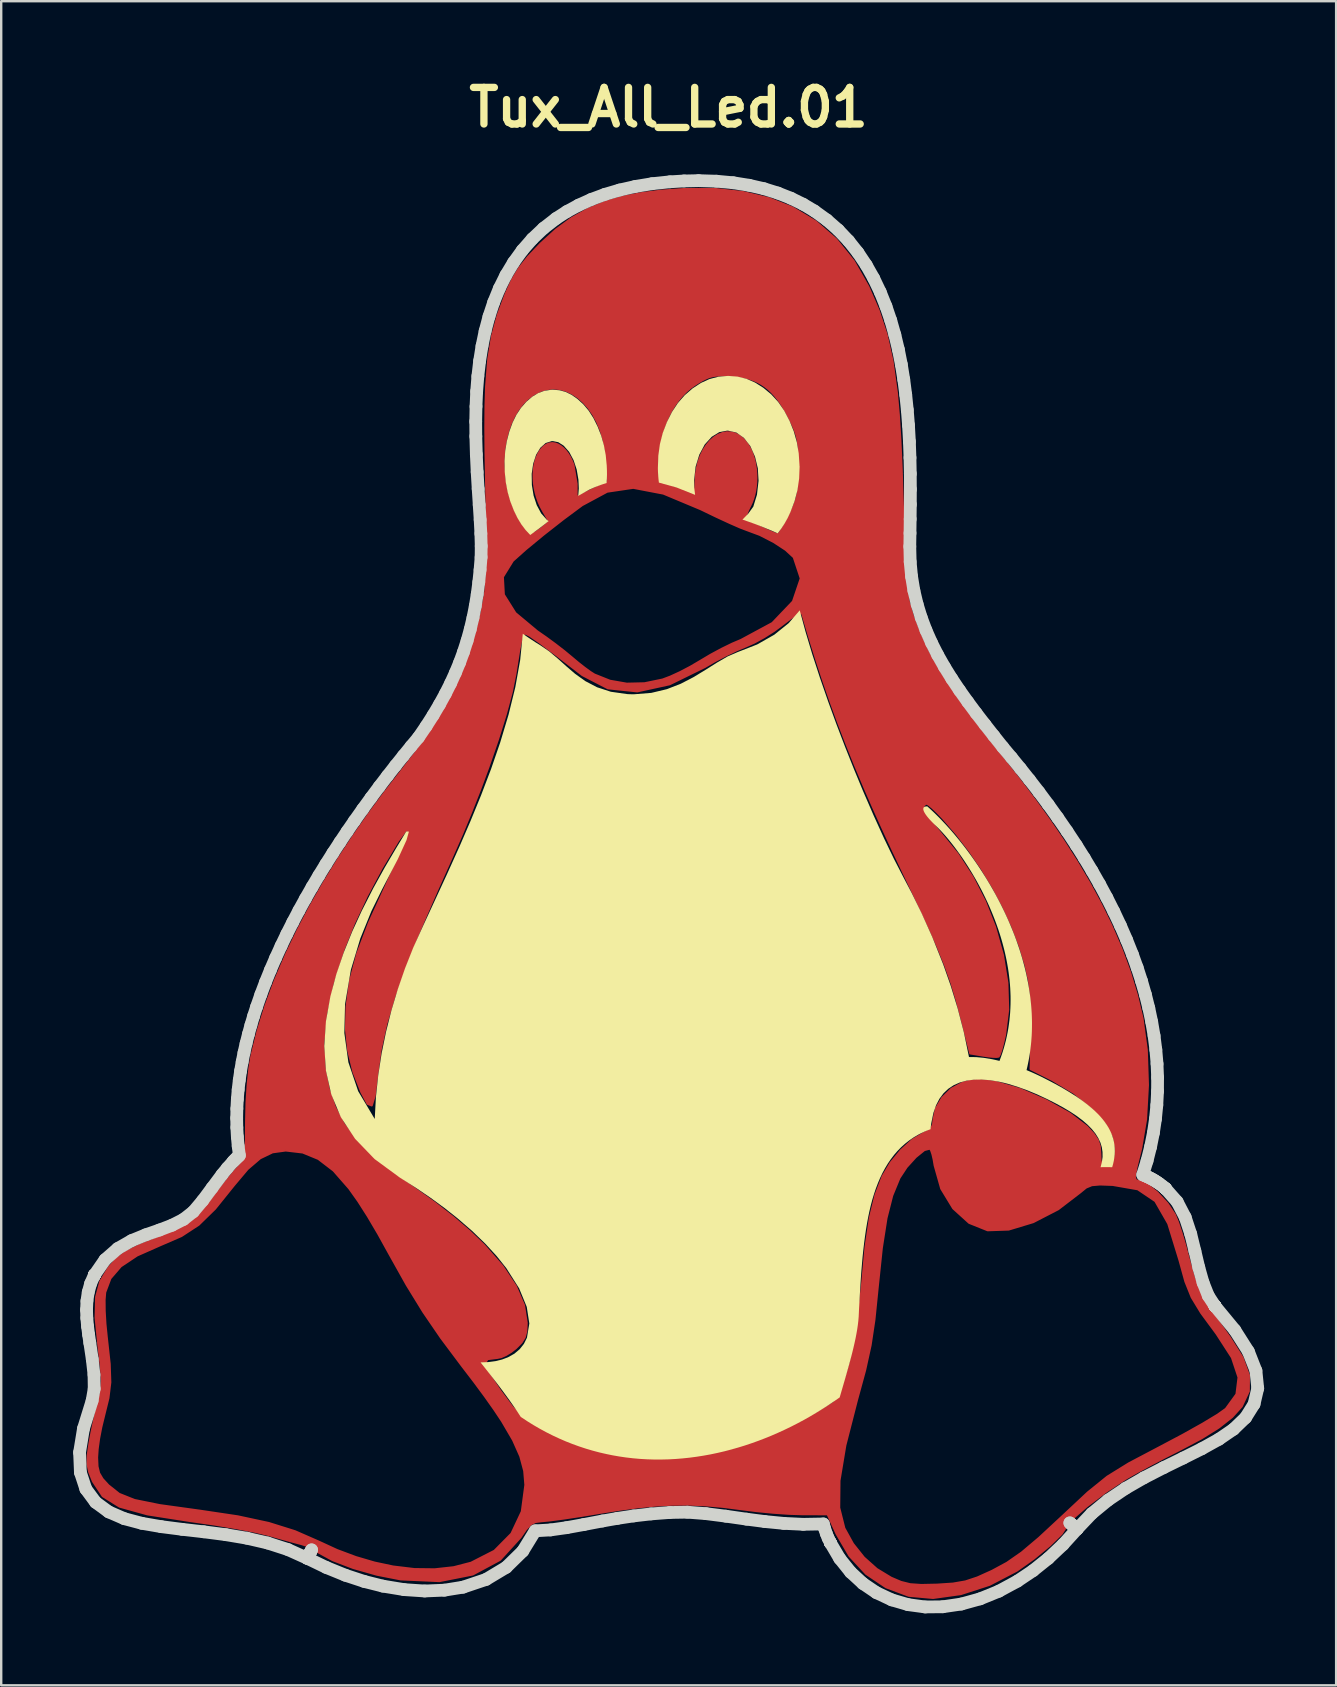
<source format=kicad_pcb>
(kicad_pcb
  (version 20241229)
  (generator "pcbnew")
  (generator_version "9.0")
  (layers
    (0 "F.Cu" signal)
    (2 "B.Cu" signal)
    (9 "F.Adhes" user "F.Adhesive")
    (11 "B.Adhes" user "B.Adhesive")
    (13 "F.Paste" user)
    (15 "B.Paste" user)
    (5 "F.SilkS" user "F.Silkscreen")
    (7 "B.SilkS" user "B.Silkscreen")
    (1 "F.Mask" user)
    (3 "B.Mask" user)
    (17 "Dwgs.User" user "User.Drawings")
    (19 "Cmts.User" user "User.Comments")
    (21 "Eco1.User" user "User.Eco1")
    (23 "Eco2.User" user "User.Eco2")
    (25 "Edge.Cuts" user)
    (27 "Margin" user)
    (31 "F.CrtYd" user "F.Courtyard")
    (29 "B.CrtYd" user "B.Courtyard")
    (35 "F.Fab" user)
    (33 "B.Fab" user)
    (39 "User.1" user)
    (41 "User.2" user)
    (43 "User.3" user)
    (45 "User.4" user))
  (footprint "Tux_All_Led.01"
    (layer "F.Cu")
    (at 24.804 34.194)
    (property "Reference" "Tux_All_Led.01" (at 0 -32.768 0) (layer "F.SilkS") (effects (font (size 1.524 1.524) (thickness 0.305))))
    (attr smd)
    (fp_poly (pts (xy 10.012 29.236) (xy 8.674 28.129) (xy 9.27 28.491) (xy 9.681 28.666) (xy 10.066 28.762) (xy 10.531 28.794) (xy 11.183 28.78) (xy 11.849 28.736) (xy 12.368 28.646) (xy 12.869 28.48) (xy 13.48 28.204) (xy 13.48 28.204) (xy 14.101 27.868) (xy 14.715 27.44) (xy 15.439 26.829) (xy 16.394 25.942) (xy 17.469 24.937) (xy 18.28 24.281) (xy 19.177 23.726) (xy 20.511 23.023) (xy 21.435 22.533) (xy 22.254 22.074) (xy 22.879 21.697) (xy 23.221 21.453) (xy 23.664 20.842) (xy 23.75 20.142) (xy 23.475 19.315) (xy 22.835 18.325) (xy 22.195 17.457) (xy 21.799 16.805) (xy 21.535 16.147) (xy 21.289 15.257) (xy 20.821 13.734) (xy 20.281 12.794) (xy 19.55 12.3) (xy 18.508 12.118) (xy 17.974 12.099) (xy 17.633 12.129) (xy 17.391 12.229) (xy 17.159 12.42) (xy 16.23 13.132) (xy 15.19 13.669) (xy 14.168 13.978) (xy 13.292 14.007) (xy 12.526 13.699) (xy 11.862 13.097) (xy 11.363 12.277) (xy 11.09 11.314) (xy 11.047 11.06) (xy 10.996 10.841) (xy 10.942 10.681) (xy 10.892 10.604) (xy 10.655 10.666) (xy 10.295 10.958) (xy 9.913 11.379) (xy 9.616 11.831) (xy 9.313 12.567) (xy 9.075 13.504) (xy 8.88 14.752) (xy 8.706 16.418) (xy 8.572 17.741) (xy 8.413 18.801) (xy 8.185 19.839) (xy 7.842 21.094) (xy 7.36 22.972) (xy 7.116 24.443) (xy 7.105 25.572) (xy 7.319 26.424) (xy 7.677 27.072) (xy 8.135 27.648) (xy 8.674 28.129) (xy 10.012 29.236) (xy 9.061 28.88) (xy 8.232 28.323) (xy 4.958 22.242) (xy 6.13 21.663) (xy 6.892 21.199) (xy 7.257 20.603) (xy 7.596 19.483) (xy 7.877 17.976) (xy 8.069 16.218) (xy 8.21 14.699) (xy 8.389 13.498) (xy 8.622 12.544) (xy 8.922 11.763) (xy 9.252 11.205) (xy 9.686 10.679) (xy 10.163 10.246) (xy 10.628 9.967) (xy 10.825 9.866) (xy 10.953 9.749) (xy 11.021 9.602) (xy 11.042 9.409) (xy 11.14 8.944) (xy 11.405 8.495) (xy 11.791 8.117) (xy 12.251 7.872) (xy 12.564 7.788) (xy 12.872 7.756) (xy 13.221 7.776) (xy 13.663 7.847) (xy 14.64 8.132) (xy 15.719 8.597) (xy 16.711 9.15) (xy 17.425 9.696) (xy 17.709 10.002) (xy 17.879 10.256) (xy 17.962 10.512) (xy 17.984 10.822) (xy 17.995 11.105) (xy 18.036 11.278) (xy 18.118 11.365) (xy 18.252 11.388) (xy 18.476 11.289) (xy 18.607 11.018) (xy 18.636 10.615) (xy 18.553 10.12) (xy 18.247 9.542) (xy 17.666 8.906) (xy 16.887 8.283) (xy 15.989 7.747) (xy 15.763 7.633) (xy 15.538 7.52) (xy 15.312 7.406) (xy 15.086 7.293) (xy 15.096 6.893) (xy 15.106 6.493) (xy 15.116 6.092) (xy 15.126 5.692) (xy 15.132 4.859) (xy 15.098 4.187) (xy 15.014 3.584) (xy 14.872 2.958) (xy 14.63 2.161) (xy 14.318 1.346) (xy 13.942 0.524) (xy 13.508 -0.292) (xy 13.046 -1.055) (xy 12.543 -1.792) (xy 12.006 -2.493) (xy 11.438 -3.148) (xy 11.206 -3.39) (xy 10.996 -3.589) (xy 10.834 -3.723) (xy 10.74 -3.772) (xy 10.609 -3.679) (xy 10.673 -3.422) (xy 10.917 -3.031) (xy 11.326 -2.539) (xy 12.038 -1.664) (xy 12.659 -0.705) (xy 13.182 0.317) (xy 13.6 1.376) (xy 13.927 2.545) (xy 14.112 3.703) (xy 14.145 4.819) (xy 14.017 5.865) (xy 13.939 6.201) (xy 13.863 6.485) (xy 13.796 6.685) (xy 13.749 6.773) (xy 13.672 6.785) (xy 13.528 6.782) (xy 13.336 6.764) (xy 13.117 6.733) (xy 12.98 6.71) (xy 12.844 6.687) (xy 12.707 6.664) (xy 12.571 6.642) (xy 12.487 6.305) (xy 12.402 5.969) (xy 12.318 5.632) (xy 12.233 5.296) (xy 12.012 4.454) (xy 11.785 3.702) (xy 11.517 2.95) (xy 11.174 2.11) (xy 10.906 1.504) (xy 10.587 0.808) (xy 10.207 0.001) (xy 9.76 -0.938) (xy 9.321 -1.864) (xy 8.91 -2.752) (xy 8.524 -3.608) (xy 8.161 -4.437) (xy 7.774 -5.354) (xy 7.412 -6.251) (xy 7.071 -7.135) (xy 6.749 -8.013) (xy 6.439 -8.905) (xy 6.142 -9.808) (xy 5.854 -10.728) (xy 5.574 -11.675) (xy 5.501 -11.71) (xy 5.335 -11.646) (xy 5.083 -11.484) (xy 4.752 -11.23) (xy 4.392 -10.963) (xy 3.981 -10.702) (xy 3.568 -10.475) (xy 3.206 -10.312) (xy 2.831 -10.155) (xy 2.386 -9.941) (xy 1.926 -9.7) (xy 1.508 -9.458) (xy 0.043 -8.74) (xy -1.307 -8.444) (xy -2.524 -8.571) (xy -3.589 -9.122) (xy -4.645 -9.935) (xy -5.361 -10.471) (xy -5.788 -10.766) (xy -5.973 -10.856) (xy -6.061 -10.809) (xy -6.14 -10.589) (xy -6.239 -10.077) (xy -6.385 -9.156) (xy -6.537 -8.409) (xy -6.783 -7.491) (xy -7.111 -6.439) (xy -7.506 -5.294) (xy -7.85 -4.366) (xy -8.221 -3.423) (xy -8.611 -2.483) (xy -9.016 -1.563) (xy -9.6 -0.26) (xy -10.109 0.904) (xy -10.547 1.944) (xy -10.919 2.876) (xy -11.415 4.245) (xy -11.766 5.427) (xy -12 6.498) (xy -12.141 7.532) (xy -12.249 8.419) (xy -12.368 8.808) (xy -12.537 8.741) (xy -12.794 8.262) (xy -13.127 7.415) (xy -13.341 6.543) (xy -13.436 5.64) (xy -13.414 4.699) (xy -13.263 3.602) (xy -12.968 2.487) (xy -12.479 1.204) (xy -11.747 -0.398) (xy -11.145 -1.728) (xy -10.847 -2.542) (xy -10.882 -2.738) (xy -11.274 -2.213) (xy -11.966 -1.056) (xy -12.578 0.093) (xy -13.107 1.224) (xy -13.549 2.329) (xy -13.994 3.726) (xy -14.276 5.036) (xy -14.389 6.237) (xy -14.325 7.308) (xy -14.154 8.142) (xy -13.901 8.884) (xy -13.546 9.563) (xy -13.067 10.207) (xy -12.604 10.693) (xy -12.046 11.188) (xy -11.384 11.704) (xy -10.609 12.254) (xy -9.756 12.862) (xy -8.984 13.463) (xy -8.294 14.055) (xy -7.688 14.636) (xy -6.921 15.51) (xy -6.365 16.345) (xy -6.027 17.134) (xy -5.913 17.87) (xy -5.93 18.217) (xy -5.996 18.472) (xy -6.133 18.689) (xy -6.364 18.92) (xy -6.564 19.076) (xy -6.776 19.205) (xy -6.973 19.292) (xy -7.132 19.325) (xy -7.547 19.377) (xy -7.668 19.576) (xy -7.489 19.998) (xy -7.001 20.72) (xy -6.512 21.374) (xy -6.108 21.796) (xy -5.625 22.125) (xy -4.898 22.502) (xy -4.325 22.764) (xy -3.706 23.012) (xy -3.117 23.216) (xy -2.631 23.351) (xy -1.435 23.501) (xy -0.009 23.512) (xy 1.435 23.393) (xy 2.682 23.151) (xy 2.682 23.151) (xy 2.682 23.151) (xy 2.682 23.151) (xy 2.682 23.151) (xy 2.682 23.151) (xy 3.701 22.789) (xy 4.958 22.242) (xy 8.232 28.323) (xy 7.541 27.577) (xy 7.001 26.655) (xy 6.908 26.452) (xy 6.815 26.248) (xy 6.722 26.044) (xy 6.629 25.841) (xy -5.962 24.619) (xy -6.01 24.036) (xy -6.173 23.429) (xy -6.473 22.754) (xy -6.933 21.967) (xy -7.261 21.474) (xy -7.648 20.927) (xy -8.097 20.32) (xy -8.613 19.646) (xy -9.473 18.497) (xy -10.212 17.417) (xy -10.905 16.29) (xy -11.628 14.999) (xy -12.092 14.16) (xy -12.523 13.429) (xy -12.925 12.799) (xy -13.305 12.264) (xy -13.955 11.522) (xy -14.589 11.035) (xy -15.241 10.767) (xy -15.949 10.684) (xy -16.499 10.759) (xy -17.016 11.008) (xy -17.539 11.456) (xy -18.105 12.128) (xy -18.896 13.111) (xy -19.578 13.778) (xy -20.297 14.248) (xy -21.199 14.639) (xy -22.143 15.057) (xy -22.821 15.509) (xy -23.257 16.016) (xy -23.476 16.599) (xy -23.501 16.91) (xy -23.497 17.367) (xy -23.466 17.908) (xy -23.409 18.473) (xy -23.288 19.578) (xy -23.262 20.346) (xy -23.34 21) (xy -23.529 21.766) (xy -23.639 22.217) (xy -23.73 22.691) (xy -23.79 23.13) (xy -23.813 23.478) (xy -23.796 23.853) (xy -23.729 24.129) (xy -23.587 24.37) (xy -23.344 24.637) (xy -22.892 24.997) (xy -22.252 25.253) (xy -21.204 25.466) (xy -19.524 25.699) (xy -17.948 25.934) (xy -16.658 26.211) (xy -15.567 26.553) (xy -14.589 26.981) (xy -13.814 27.338) (xy -13.031 27.631) (xy -12.251 27.86) (xy -11.48 28.024) (xy -10.591 28.131) (xy -9.743 28.141) (xy -8.951 28.054) (xy -8.228 27.867) (xy -8.228 27.867) (xy -7.252 27.368) (xy -6.543 26.651) (xy -6.11 25.731) (xy -5.962 24.619) (xy 6.629 25.841) (xy 6.357 25.84) (xy 6.085 25.839) (xy 5.813 25.838) (xy 5.541 25.837) (xy 5.007 25.82) (xy 4.357 25.775) (xy 3.672 25.709) (xy 3.036 25.629) (xy 2.264 25.53) (xy 1.534 25.466) (xy 0.827 25.436) (xy 0.12 25.442) (xy -0.54 25.478) (xy -1.234 25.545) (xy -1.978 25.642) (xy -2.787 25.769) (xy -3.633 25.908) (xy -4.391 26.022) (xy -4.979 26.1) (xy -5.313 26.131) (xy -5.55 26.162) (xy -5.746 26.264) (xy -5.941 26.468) (xy -6.173 26.804) (xy -7.024 27.739) (xy -8.159 28.349) (xy -9.549 28.624) (xy -11.162 28.552) (xy -12.15 28.358) (xy -13.135 28.078) (xy -13.994 27.751) (xy -14.603 27.418) (xy -14.769 27.311) (xy -14.958 27.211) (xy -15.146 27.129) (xy -15.312 27.076) (xy -15.528 27.02) (xy -15.853 26.932) (xy -16.245 26.823) (xy -16.658 26.705) (xy -17.222 26.571) (xy -18.024 26.417) (xy -18.958 26.261) (xy -19.916 26.124) (xy -21.714 25.843) (xy -22.873 25.521) (xy -23.571 25.087) (xy -23.98 24.468) (xy -24.136 24.079) (xy -24.205 23.754) (xy -24.197 23.386) (xy -24.12 22.869) (xy -24.042 22.45) (xy -23.947 21.994) (xy -23.846 21.555) (xy -23.751 21.19) (xy -23.646 20.739) (xy -23.611 20.292) (xy -23.646 19.704) (xy -23.751 18.828) (xy -23.867 17.65) (xy -23.846 16.793) (xy -23.67 16.138) (xy -23.324 15.565) (xy -23.009 15.209) (xy -22.623 14.922) (xy -22.061 14.643) (xy -21.22 14.309) (xy -20.426 13.982) (xy -19.865 13.65) (xy -19.393 13.205) (xy -18.865 12.537) (xy -18.57 12.149) (xy -18.286 11.793) (xy -18.045 11.508) (xy -17.88 11.334) (xy -17.73 11.146) (xy -6.867 -12.469) (xy -6.385 -11.7) (xy -5.472 -10.938) (xy -5.115 -10.691) (xy -4.726 -10.405) (xy -4.352 -10.116) (xy -4.04 -9.858) (xy -3.766 -9.628) (xy -3.496 -9.416) (xy -3.261 -9.245) (xy -3.092 -9.138) (xy -2.445 -8.879) (xy -1.742 -8.756) (xy -1.002 -8.773) (xy -0.248 -8.929) (xy -0.248 -8.929) (xy 0.079 -9.052) (xy 0.487 -9.24) (xy 0.921 -9.468) (xy 1.332 -9.71) (xy 1.751 -9.959) (xy 2.209 -10.206) (xy 2.651 -10.422) (xy 3.022 -10.58) (xy 4.327 -11.284) (xy 5.186 -12.184) (xy 5.512 -13.145) (xy 5.219 -14.03) (xy 4.883 -14.339) (xy 4.38 -14.668) (xy 3.805 -14.963) (xy 3.249 -15.17) (xy 2.988 -15.269) (xy 2.541 -15.465) (xy 1.969 -15.73) (xy 1.336 -16.035) (xy -0.215 -16.684) (xy -1.472 -16.925) (xy -2.558 -16.764) (xy -3.601 -16.203) (xy -4.389 -15.618) (xy -5.216 -14.97) (xy -5.958 -14.358) (xy -6.492 -13.881) (xy -6.907 -13.208) (xy -6.867 -12.469) (xy -17.73 11.146) (xy -17.644 10.846) (xy -17.606 10.313) (xy -17.597 9.427) (xy -17.58 8.686) (xy -17.533 7.947) (xy -17.463 7.275) (xy -17.374 6.733) (xy -17.12 5.71) (xy -16.792 4.657) (xy -16.39 3.577) (xy -15.916 2.474) (xy -15.449 1.503) (xy -14.931 0.519) (xy -14.363 -0.475) (xy -13.747 -1.476) (xy -13.146 -2.389) (xy -12.507 -3.306) (xy -11.831 -4.222) (xy -11.119 -5.138) (xy -10.487 -5.958) (xy -9.932 -6.741) (xy -9.447 -7.501) (xy -9.027 -8.247) (xy -8.622 -9.091) (xy -8.285 -9.949) (xy -6.367 -15.739) (xy -6.186 -15.428) (xy -5.963 -15.124) (xy -5.773 -14.999) (xy -5.564 -15.042) (xy -5.286 -15.242) (xy -5.286 -15.242) (xy -5.286 -15.242) (xy -5.286 -15.242) (xy -5.286 -15.242) (xy -5.206 -15.309) (xy -5.125 -15.376) (xy -5.045 -15.443) (xy -4.965 -15.51) (xy -5.034 -15.628) (xy -5.102 -15.745) (xy -5.171 -15.863) (xy -5.24 -15.981) (xy -5.334 -16.157) (xy -5.414 -16.34) (xy -5.481 -16.528) (xy -5.535 -16.72) (xy -5.577 -16.913) (xy -5.605 -17.106) (xy -5.62 -17.297) (xy -5.622 -17.485) (xy -5.611 -17.667) (xy -5.587 -17.843) (xy -5.55 -18.01) (xy -5.501 -18.166) (xy -5.439 -18.311) (xy -5.364 -18.441) (xy -5.276 -18.556) (xy -5.176 -18.654) (xy -5.068 -18.725) (xy -4.957 -18.766) (xy -4.843 -18.779) (xy -4.729 -18.764) (xy -4.616 -18.723) (xy -4.505 -18.659) (xy -4.397 -18.573) (xy -4.295 -18.467) (xy -4.199 -18.342) (xy -4.111 -18.2) (xy -4.033 -18.042) (xy -3.966 -17.872) (xy -3.835 -17.088) (xy -3.835 -16.948) (xy -3.835 -16.808) (xy -3.835 -16.668) (xy -3.835 -16.528) (xy -3.672 -16.607) (xy -3.509 -16.686) (xy -3.347 -16.765) (xy -3.184 -16.844) (xy -3.021 -16.923) (xy -2.858 -17.003) (xy -2.695 -17.082) (xy -2.532 -17.161) (xy -2.545 -17.394) (xy -2.558 -17.626) (xy -2.572 -17.859) (xy -2.575 -17.917) (xy -2.578 -17.976) (xy -2.581 -18.034) (xy -2.585 -18.092) (xy -2.629 -18.521) (xy -2.708 -18.924) (xy -2.821 -19.301) (xy -2.963 -19.647) (xy -3.132 -19.962) (xy -3.325 -20.242) (xy -3.538 -20.485) (xy -3.769 -20.689) (xy -4.014 -20.851) (xy -4.27 -20.97) (xy -4.535 -21.042) (xy -4.805 -21.065) (xy -5.077 -21.038) (xy -5.348 -20.957) (xy -5.615 -20.821) (xy -5.876 -20.626) (xy -6.088 -20.412) (xy -6.275 -20.167) (xy -6.437 -19.894) (xy -6.575 -19.597) (xy -6.687 -19.278) (xy -6.773 -18.943) (xy -6.834 -18.594) (xy -6.869 -18.235) (xy -6.877 -17.87) (xy -6.859 -17.501) (xy -6.815 -17.133) (xy -6.744 -16.77) (xy -6.645 -16.414) (xy -6.52 -16.069) (xy -6.367 -15.739) (xy -8.285 -9.949) (xy -8.007 -10.838) (xy -7.779 -11.774) (xy -7.636 -12.581) (xy -7.567 -13.506) (xy -0.401 -18.61) (xy -0.438 -18.323) (xy -0.459 -18.03) (xy -0.465 -17.733) (xy -0.454 -17.432) (xy -0.414 -17.284) (xy -0.309 -17.163) (xy -0.125 -17.058) (xy 0.147 -16.961) (xy 0.388 -16.887) (xy 0.615 -16.816) (xy 0.803 -16.754) (xy 0.926 -16.711) (xy 1.018 -16.701) (xy 1.079 -16.762) (xy 1.113 -16.9) (xy 1.118 -16.948) (xy 1.121 -17.001) (xy 1.123 -17.06) (xy 1.124 -17.125) (xy 1.139 -17.441) (xy 1.183 -17.738) (xy 1.253 -18.015) (xy 1.346 -18.269) (xy 1.46 -18.498) (xy 1.592 -18.7) (xy 1.738 -18.873) (xy 1.896 -19.014) (xy 2.064 -19.122) (xy 2.239 -19.195) (xy 2.417 -19.23) (xy 2.596 -19.224) (xy 2.773 -19.178) (xy 2.946 -19.087) (xy 3.112 -18.95) (xy 3.268 -18.764) (xy 3.349 -18.637) (xy 3.422 -18.498) (xy 3.484 -18.349) (xy 3.537 -18.191) (xy 3.581 -18.027) (xy 3.614 -17.857) (xy 3.638 -17.683) (xy 3.652 -17.506) (xy 3.656 -17.328) (xy 3.65 -17.15) (xy 3.633 -16.974) (xy 3.607 -16.801) (xy 3.57 -16.632) (xy 3.523 -16.47) (xy 3.466 -16.316) (xy 3.398 -16.17) (xy 3.368 -16.112) (xy 3.34 -16.056) (xy 3.315 -16) (xy 3.292 -15.947) (xy 3.221 -15.759) (xy 3.192 -15.624) (xy 3.211 -15.564) (xy 3.298 -15.527) (xy 3.454 -15.457) (xy 3.658 -15.363) (xy 3.886 -15.256) (xy 4.114 -15.151) (xy 4.315 -15.063) (xy 4.467 -15.002) (xy 4.549 -14.976) (xy 4.618 -15.036) (xy 4.643 -15.07) (xy 4.671 -15.11) (xy 4.702 -15.156) (xy 4.734 -15.208) (xy 4.769 -15.265) (xy 4.805 -15.327) (xy 4.843 -15.394) (xy 4.882 -15.464) (xy 4.922 -15.539) (xy 4.963 -15.616) (xy 5.004 -15.697) (xy 5.045 -15.78) (xy 5.045 -15.78) (xy 5.106 -15.907) (xy 5.161 -16.025) (xy 5.21 -16.138) (xy 5.253 -16.245) (xy 5.29 -16.35) (xy 5.323 -16.454) (xy 5.351 -16.558) (xy 5.374 -16.664) (xy 5.393 -16.774) (xy 5.409 -16.89) (xy 5.422 -17.013) (xy 5.431 -17.146) (xy 5.438 -17.289) (xy 5.442 -17.444) (xy 5.444 -17.614) (xy 5.445 -17.799) (xy 5.444 -17.988) (xy 5.442 -18.16) (xy 5.438 -18.317) (xy 5.431 -18.461) (xy 5.422 -18.593) (xy 5.409 -18.716) (xy 5.393 -18.832) (xy 5.372 -18.942) (xy 5.348 -19.048) (xy 5.318 -19.153) (xy 5.284 -19.257) (xy 5.244 -19.364) (xy 5.198 -19.474) (xy 5.145 -19.59) (xy 5.086 -19.714) (xy 5.02 -19.847) (xy 4.906 -20.064) (xy 4.79 -20.264) (xy 4.672 -20.448) (xy 4.551 -20.617) (xy 4.426 -20.77) (xy 4.297 -20.909) (xy 4.164 -21.034) (xy 4.024 -21.145) (xy 3.879 -21.243) (xy 3.727 -21.328) (xy 3.568 -21.4) (xy 3.401 -21.461) (xy 3.225 -21.51) (xy 3.04 -21.548) (xy 2.846 -21.576) (xy 2.642 -21.593) (xy 2.502 -21.601) (xy 2.375 -21.606) (xy 2.259 -21.608) (xy 2.153 -21.607) (xy 2.056 -21.603) (xy 1.965 -21.595) (xy 1.88 -21.583) (xy 1.798 -21.566) (xy 1.719 -21.544) (xy 1.641 -21.517) (xy 1.562 -21.484) (xy 1.481 -21.445) (xy 1.396 -21.4) (xy 1.305 -21.348) (xy 1.208 -21.289) (xy 1.103 -21.222) (xy 0.913 -21.087) (xy 0.733 -20.934) (xy 0.564 -20.762) (xy 0.406 -20.575) (xy 0.26 -20.372) (xy 0.126 -20.154) (xy 0.004 -19.924) (xy -0.104 -19.681) (xy -0.2 -19.427) (xy -0.281 -19.164) (xy -0.348 -18.891) (xy -0.401 -18.61) (xy -7.567 -13.506) (xy -7.559 -14.911) (xy -7.6 -17.161) (xy -7.623 -18.368) (xy -7.631 -19.421) (xy -7.624 -20.337) (xy -7.599 -21.137) (xy -7.508 -22.294) (xy -7.348 -23.261) (xy -7.11 -24.132) (xy -6.783 -25.006) (xy -6.518 -25.587) (xy -6.227 -26.071) (xy -5.852 -26.543) (xy -5.334 -27.086) (xy -4.696 -27.668) (xy -4.042 -28.15) (xy -3.352 -28.539) (xy -2.601 -28.844) (xy -1.912 -29.041) (xy -1.152 -29.19) (xy -0.31 -29.297) (xy 0.628 -29.365) (xy 1.911 -29.369) (xy 3.094 -29.241) (xy 4.178 -28.982) (xy 5.162 -28.593) (xy 6.134 -28.01) (xy 6.984 -27.267) (xy 7.712 -26.365) (xy 8.318 -25.302) (xy 8.748 -24.314) (xy 9.079 -23.313) (xy 9.327 -22.206) (xy 9.507 -20.894) (xy 9.589 -19.965) (xy 9.655 -18.905) (xy 9.709 -17.694) (xy 9.754 -16.311) (xy 9.821 -14.241) (xy 9.896 -12.964) (xy 10.006 -12.177) (xy 10.178 -11.575) (xy 10.475 -10.801) (xy 10.827 -10.049) (xy 11.263 -9.272) (xy 11.814 -8.425) (xy 12.243 -7.82) (xy 12.74 -7.154) (xy 13.312 -6.415) (xy 13.967 -5.59) (xy 14.642 -4.732) (xy 15.274 -3.895) (xy 15.862 -3.078) (xy 16.407 -2.28) (xy 16.998 -1.358) (xy 17.532 -0.457) (xy 18.011 0.426) (xy 18.436 1.293) (xy 18.862 2.281) (xy 19.221 3.256) (xy 19.513 4.222) (xy 19.743 5.184) (xy 19.92 6.498) (xy 19.968 7.964) (xy 19.889 9.396) (xy 19.684 10.609) (xy 19.493 11.378) (xy 19.42 11.779) (xy 19.461 11.931) (xy 19.609 11.955) (xy 19.934 12.094) (xy 20.361 12.442) (xy 20.782 12.898) (xy 21.089 13.358) (xy 21.213 13.659) (xy 21.363 14.102) (xy 21.519 14.627) (xy 21.662 15.174) (xy 21.892 16.003) (xy 22.18 16.686) (xy 22.636 17.436) (xy 23.372 18.465) (xy 23.906 19.307) (xy 24.176 20.049) (xy 24.17 20.72) (xy 23.876 21.347) (xy 23.479 21.786) (xy 22.922 22.226) (xy 22.201 22.677) (xy 21.31 23.15) (xy 20.671 23.475) (xy 20.028 23.813) (xy 19.456 24.124) (xy 19.031 24.368) (xy 18.218 24.907) (xy 17.419 25.512) (xy 16.81 26.042) (xy 16.568 26.353) (xy 16.375 26.655) (xy 15.882 27.137) (xy 15.216 27.686) (xy 14.506 28.189) (xy 13.372 28.778) (xy 12.176 29.165) (xy 11.021 29.326) (xy 10.012 29.235) (xy 10.012 29.235) (xy 10.012 29.235) (xy 10.012 29.235) (xy 10.012 29.235) (xy 10.012 29.236)) (stroke (width 0.094) (type solid)) (fill yes) (layer "F.Cu"))
    (fp_poly (pts (xy -6.345 24.643) (xy -6.345 24.645) (xy -6.345 24.646) (xy -6.345 24.647) (xy -6.346 24.649) (xy -6.346 24.65) (xy -6.346 24.652) (xy -6.346 24.653) (xy -6.346 24.654) (xy -6.605 25.838) (xy -7.158 26.737) (xy -7.974 27.369) (xy -9.023 27.751) (xy -9.685 27.856) (xy -10.402 27.881) (xy -11.163 27.825) (xy -11.96 27.689) (xy -12.636 27.516) (xy -13.326 27.287) (xy -14.026 27.003) (xy -14.729 26.663) (xy -14.73 26.663) (xy -14.73 26.663) (xy -14.731 26.662) (xy -14.731 26.662) (xy -15.545 26.29) (xy -16.381 26.008) (xy -17.226 25.8) (xy -18.066 25.649) (xy -19.021 25.522) (xy -19.932 25.422) (xy -20.777 25.322) (xy -21.537 25.195) (xy -22.139 25.038) (xy -22.626 24.833) (xy -22.998 24.565) (xy -23.253 24.223) (xy -23.398 23.762) (xy -23.417 23.135) (xy -23.282 22.317) (xy -22.963 21.287) (xy -22.962 21.285) (xy -22.962 21.284) (xy -22.961 21.282) (xy -22.96 21.28) (xy -22.96 21.279) (xy -22.959 21.277) (xy -22.959 21.275) (xy -22.958 21.273) (xy -22.832 20.62) (xy -22.835 19.949) (xy -22.916 19.274) (xy -23.021 18.608) (xy -23.104 17.968) (xy -23.134 17.372) (xy -23.082 16.837) (xy -22.921 16.377) (xy -22.921 16.376) (xy -22.92 16.374) (xy -22.919 16.373) (xy -22.918 16.371) (xy -22.598 15.899) (xy -22.215 15.561) (xy -21.772 15.315) (xy -21.275 15.118) (xy -20.732 14.932) (xy -20.168 14.718) (xy -19.614 14.429) (xy -19.096 14.015) (xy -19.095 14.015) (xy -19.094 14.014) (xy -19.093 14.013) (xy -19.092 14.012) (xy -19.091 14.011) (xy -19.09 14.011) (xy -19.09 14.009) (xy -19.089 14.009) (xy -18.66 13.507) (xy -18.267 12.981) (xy -17.887 12.468) (xy -17.5 12.005) (xy -17.16 11.679) (xy -16.799 11.427) (xy -16.395 11.265) (xy -15.625 11.223) (xy -14.874 11.429) (xy -14.257 11.796) (xy -13.666 12.33) (xy -13.094 13.021) (xy -12.55 14.013) (xy -12.006 15.004) (xy -11.462 15.996) (xy -10.918 16.987) (xy -10.918 16.988) (xy -10.918 16.988) (xy -10.918 16.989) (xy -10.917 16.989) (xy -10.917 16.99) (xy -10.917 16.99) (xy -10.916 16.99) (xy -10.916 16.99) (xy -10.374 17.918) (xy -9.669 18.883) (xy -8.877 19.875) (xy -8.078 20.886) (xy -7.356 21.899) (xy -6.784 22.883) (xy -6.426 23.809) (xy -6.345 24.645) (xy -6.345 24.645) (xy -6.345 24.645) (xy -6.345 24.645) (xy -6.345 24.645) (xy -6.345 24.643)) (stroke (width 0) (type solid)) (fill yes) (layer "F.Mask"))
    (fp_poly (pts (xy -1.453 -16.75) (xy -2.499 -15.824) (xy -2.193 -15.765) (xy -2.136 -15.712) (xy -2.12 -15.642) (xy -2.287 -15.524) (xy -2.516 -15.46) (xy -2.677 -15.345) (xy -2.848 -15.27) (xy -3.051 -15.305) (xy -3.174 -15.433) (xy -3.058 -15.63) (xy -2.814 -15.752) (xy -2.499 -15.824) (xy -2.499 -15.824) (xy -1.453 -16.75) (xy -3.997 -11.63) (xy -3.343 -11.281) (xy -2.601 -11.036) (xy -1.772 -10.944) (xy -0.875 -11.057) (xy 0.026 -11.343) (xy 0.865 -11.715) (xy 1.574 -12.09) (xy 1.946 -12.321) (xy 2.344 -12.601) (xy 2.745 -12.897) (xy 3.127 -13.182) (xy 3.345 -13.391) (xy 3.485 -13.582) (xy 3.612 -13.714) (xy 3.793 -13.75) (xy 3.793 -13.75) (xy 3.929 -13.672) (xy 3.895 -13.506) (xy 3.723 -13.278) (xy 3.442 -13.008) (xy 3.081 -12.708) (xy 2.66 -12.395) (xy 2.272 -12.138) (xy 1.79 -11.849) (xy 0.976 -11.43) (xy 0.104 -11.042) (xy -0.814 -10.755) (xy -1.772 -10.644) (xy -2.694 -10.746) (xy -3.512 -11.016) (xy -4.225 -11.396) (xy -4.832 -11.827) (xy -5.096 -12.045) (xy -5.332 -12.255) (xy -5.543 -12.449) (xy -5.725 -12.621) (xy -5.942 -12.867) (xy -6.025 -13.106) (xy -6.003 -13.286) (xy -5.91 -13.351) (xy -5.744 -13.273) (xy -5.631 -13.123) (xy -5.537 -12.951) (xy -5.428 -12.803) (xy -5.246 -12.631) (xy -5.04 -12.442) (xy -4.813 -12.24) (xy -4.563 -12.033) (xy -3.997 -11.63) (xy -1.453 -16.75) (xy -1.756 -16.736) (xy -0.261 -15.8) (xy -0.108 -15.752) (xy 0.015 -15.7) (xy 0.136 -15.631) (xy 0.227 -15.542) (xy 0.254 -15.433) (xy 0.13 -15.305) (xy -0.073 -15.27) (xy -0.245 -15.345) (xy -0.405 -15.46) (xy -0.635 -15.524) (xy -0.8 -15.642) (xy -0.801 -15.678) (xy -0.785 -15.712) (xy -0.759 -15.743) (xy -0.728 -15.765) (xy -0.583 -15.816) (xy -0.423 -15.825) (xy -0.423 -15.825) (xy -0.261 -15.8) (xy -1.756 -16.736) (xy -2.043 -16.698) (xy -2.314 -16.638) (xy -2.57 -16.56) (xy -3.235 -16.254) (xy -3.785 -15.876) (xy -4.23 -15.489) (xy -4.577 -15.156) (xy -4.578 -15.155) (xy -4.578 -15.153) (xy -4.579 -15.153) (xy -4.644 -15.097) (xy -4.73 -15.032) (xy -4.846 -14.947) (xy -5.005 -14.83) (xy -5.214 -14.677) (xy -5.474 -14.486) (xy -5.787 -14.253) (xy -6.158 -13.977) (xy -6.454 -13.69) (xy -6.63 -13.365) (xy -6.686 -13.006) (xy -6.622 -12.614) (xy -6.431 -12.194) (xy -6.098 -11.758) (xy -5.616 -11.322) (xy -4.978 -10.903) (xy -4.977 -10.903) (xy -4.977 -10.902) (xy -4.976 -10.902) (xy -4.975 -10.902) (xy -4.56 -10.62) (xy -4.193 -10.314) (xy -3.85 -10.002) (xy -3.508 -9.707) (xy -3.331 -9.57) (xy -3.145 -9.443) (xy -2.948 -9.328) (xy -2.734 -9.227) (xy -2.504 -9.14) (xy -2.25 -9.07) (xy -1.972 -9.02) (xy -1.663 -8.99) (xy -0.952 -9.009) (xy -0.323 -9.137) (xy 0.239 -9.347) (xy 0.751 -9.611) (xy 1.23 -9.904) (xy 1.688 -10.197) (xy 2.141 -10.457) (xy 2.609 -10.655) (xy 2.611 -10.655) (xy 2.612 -10.655) (xy 2.612 -10.657) (xy 3.522 -11.034) (xy 4.265 -11.526) (xy 4.818 -12.088) (xy 5.154 -12.677) (xy 5.236 -12.967) (xy 5.259 -13.25) (xy 5.221 -13.523) (xy 5.122 -13.786) (xy 5.121 -13.786) (xy 4.954 -14.04) (xy 4.712 -14.282) (xy 4.388 -14.506) (xy 3.977 -14.707) (xy 3.976 -14.707) (xy 3.975 -14.707) (xy 3.975 -14.709) (xy 3.974 -14.709) (xy 3.143 -15.036) (xy 2.498 -15.262) (xy 1.96 -15.471) (xy 1.444 -15.752) (xy 0.616 -16.221) (xy -0.14 -16.53) (xy -0.829 -16.7) (xy -1.453 -16.75) (xy -1.453 -16.75)) (stroke (width 0) (type solid)) (fill yes) (layer "F.Mask"))
    (fp_poly (pts (xy 23.059 20.551) (xy 22.967 20.938) (xy 22.741 21.29) (xy 22.383 21.621) (xy 21.897 21.949) (xy 21.243 22.305) (xy 20.496 22.67) (xy 19.686 23.062) (xy 18.844 23.502) (xy 18.13 23.926) (xy 17.434 24.411) (xy 16.775 24.97) (xy 16.171 25.614) (xy 15.669 26.168) (xy 15.147 26.662) (xy 14.609 27.095) (xy 14.061 27.468) (xy 13.395 27.834) (xy 12.728 28.111) (xy 12.068 28.297) (xy 11.424 28.393) (xy 10.309 28.339) (xy 9.304 27.981) (xy 8.442 27.305) (xy 7.754 26.293) (xy 7.753 26.292) (xy 7.753 26.292) (xy 7.753 26.29) (xy 7.752 26.29) (xy 7.752 26.288) (xy 7.752 26.287) (xy 7.752 26.285) (xy 7.751 26.284) (xy 7.507 25.493) (xy 7.477 24.544) (xy 7.615 23.48) (xy 7.877 22.342) (xy 8.209 21.179) (xy 8.543 20.033) (xy 8.815 18.935) (xy 8.96 17.916) (xy 8.96 17.915) (xy 8.96 17.914) (xy 8.96 17.912) (xy 8.96 17.911) (xy 9.027 16.712) (xy 9.114 15.602) (xy 9.17 15.085) (xy 9.237 14.594) (xy 9.286 14.127) (xy 9.351 13.689) (xy 9.398 13.393) (xy 9.451 13.114) (xy 9.512 12.849) (xy 9.578 12.589) (xy 9.638 12.387) (xy 9.682 12.229) (xy 9.739 12.075) (xy 9.835 11.879) (xy 9.91 11.756) (xy 10.019 11.597) (xy 10.135 11.446) (xy 10.231 11.343) (xy 10.548 11.1) (xy 10.649 11.03) (xy 10.757 10.989) (xy 10.775 10.994) (xy 10.788 11.012) (xy 10.798 11.041) (xy 10.805 11.077) (xy 10.81 11.117) (xy 10.813 11.157) (xy 10.817 11.194) (xy 10.821 11.225) (xy 10.832 11.328) (xy 10.847 11.429) (xy 10.865 11.53) (xy 10.886 11.629) (xy 10.908 11.727) (xy 10.931 11.825) (xy 10.955 11.922) (xy 10.978 12.018) (xy 11.057 12.225) (xy 11.141 12.428) (xy 11.229 12.627) (xy 11.321 12.823) (xy 11.418 13.015) (xy 11.519 13.205) (xy 11.625 13.393) (xy 11.736 13.58) (xy 11.971 13.828) (xy 12.214 14.042) (xy 12.466 14.221) (xy 12.728 14.365) (xy 13 14.476) (xy 13.283 14.553) (xy 13.578 14.596) (xy 13.886 14.607) (xy 14.08 14.582) (xy 14.271 14.546) (xy 14.458 14.499) (xy 14.643 14.443) (xy 14.824 14.38) (xy 15.003 14.311) (xy 15.18 14.238) (xy 15.355 14.162) (xy 15.391 14.145) (xy 15.427 14.127) (xy 15.462 14.109) (xy 15.498 14.091) (xy 15.534 14.073) (xy 15.569 14.054) (xy 15.605 14.035) (xy 15.64 14.016) (xy 15.809 13.924) (xy 15.973 13.825) (xy 16.133 13.721) (xy 16.289 13.613) (xy 16.441 13.5) (xy 16.59 13.384) (xy 16.737 13.266) (xy 16.882 13.146) (xy 16.932 13.102) (xy 16.979 13.057) (xy 17.026 13.01) (xy 17.071 12.964) (xy 17.115 12.917) (xy 17.158 12.87) (xy 17.202 12.824) (xy 17.245 12.779) (xy 17.448 12.77) (xy 17.643 12.762) (xy 18.261 12.762) (xy 18.759 12.832) (xy 19.236 13.007) (xy 19.706 13.331) (xy 19.707 13.331) (xy 19.707 13.331) (xy 19.708 13.332) (xy 19.709 13.332) (xy 19.709 13.332) (xy 19.71 13.332) (xy 19.71 13.333) (xy 19.711 13.333) (xy 20.029 13.703) (xy 20.272 14.185) (xy 20.463 14.752) (xy 20.622 15.378) (xy 20.771 16.036) (xy 20.95 16.69) (xy 21.203 17.308) (xy 21.576 17.857) (xy 21.576 17.857) (xy 21.576 17.857) (xy 21.576 17.857) (xy 21.577 17.858) (xy 21.577 17.858) (xy 21.577 17.858) (xy 21.577 17.858) (xy 21.577 17.859) (xy 22.297 18.737) (xy 22.761 19.47) (xy 23.004 20.068) (xy 23.061 20.539) (xy 23.061 20.54) (xy 23.061 20.54) (xy 23.06 20.54) (xy 23.06 20.54) (xy 23.059 20.551)) (stroke (width 0) (type solid)) (fill yes) (layer "F.Mask"))
    (fp_poly (pts (xy 5.46 -17.815) (xy 5.44 -17.308) (xy 5.371 -16.829) (xy 5.251 -16.368) (xy 5.079 -15.913) (xy 4.962 -15.663) (xy 4.834 -15.433) (xy 4.696 -15.22) (xy 4.546 -15.023) (xy 4.492 -15.048) (xy 4.438 -15.073) (xy 4.382 -15.097) (xy 4.326 -15.121) (xy 3.952 -15.276) (xy 3.619 -15.406) (xy 3.333 -15.509) (xy 3.078 -15.597) (xy 3.316 -15.84) (xy 3.53 -16.136) (xy 3.683 -16.633) (xy 3.744 -17.17) (xy 3.747 -17.192) (xy 3.749 -17.217) (xy 3.718 -17.735) (xy 3.601 -18.219) (xy 3.405 -18.661) (xy 3.139 -19.001) (xy 2.824 -19.224) (xy 2.478 -19.302) (xy 2.46 -19.302) (xy 2.443 -19.303) (xy 2.112 -19.24) (xy 1.799 -19.047) (xy 1.508 -18.728) (xy 1.28 -18.301) (xy 1.127 -17.805) (xy 1.066 -17.265) (xy 1.064 -17.243) (xy 1.064 -17.221) (xy 1.07 -16.915) (xy 1.105 -16.627) (xy 0.331 -16.934) (xy -0.403 -17.138) (xy -0.419 -17.276) (xy -0.431 -17.416) (xy -0.44 -17.559) (xy -0.445 -17.705) (xy -0.445 -17.718) (xy -0.445 -17.732) (xy -0.445 -17.745) (xy -0.445 -17.758) (xy -0.427 -18.264) (xy -0.361 -18.743) (xy -0.243 -19.205) (xy -0.07 -19.66) (xy 0.144 -20.085) (xy 0.389 -20.455) (xy 0.671 -20.777) (xy 0.997 -21.06) (xy 1.348 -21.29) (xy 1.704 -21.452) (xy 2.074 -21.549) (xy 2.468 -21.583) (xy 2.474 -21.583) (xy 2.481 -21.583) (xy 2.487 -21.583) (xy 2.493 -21.583) (xy 2.879 -21.553) (xy 3.245 -21.462) (xy 3.599 -21.308) (xy 3.948 -21.088) (xy 4.281 -20.811) (xy 4.569 -20.495) (xy 4.821 -20.13) (xy 5.041 -19.709) (xy 5.218 -19.269) (xy 5.344 -18.822) (xy 5.422 -18.359) (xy 5.455 -17.866) (xy 5.455 -17.853) (xy 5.455 -17.84) (xy 5.457 -17.828) (xy 5.459 -17.815) (xy 5.459 -17.815) (xy 5.459 -17.815) (xy 5.459 -17.815) (xy 5.459 -17.815) (xy 5.46 -17.815)) (stroke (width 0) (type solid)) (fill yes) (layer "F.SilkS"))
    (fp_poly (pts (xy -2.583 -17.118) (xy -2.635 -17.103) (xy -2.686 -17.087) (xy -2.737 -17.071) (xy -2.788 -17.054) (xy -3.06 -16.952) (xy -3.309 -16.842) (xy -3.764 -16.584) (xy -3.74 -16.892) (xy -3.753 -17.22) (xy -3.755 -17.238) (xy -3.755 -17.256) (xy -3.828 -17.682) (xy -3.958 -18.073) (xy -4.143 -18.42) (xy -4.369 -18.675) (xy -4.594 -18.821) (xy -4.824 -18.867) (xy -4.849 -18.866) (xy -4.874 -18.864) (xy -5.122 -18.786) (xy -5.341 -18.591) (xy -5.518 -18.3) (xy -5.64 -17.927) (xy -5.703 -17.504) (xy -5.696 -17.054) (xy -5.695 -17.036) (xy -5.693 -17.019) (xy -5.622 -16.59) (xy -5.492 -16.199) (xy -5.307 -15.854) (xy -5.081 -15.599) (xy -5.039 -15.564) (xy -4.997 -15.533) (xy -5.226 -15.354) (xy -5.433 -15.197) (xy -5.505 -15.144) (xy -5.584 -15.086) (xy -5.67 -15.023) (xy -5.762 -14.955) (xy -5.959 -15.164) (xy -6.137 -15.401) (xy -6.299 -15.67) (xy -6.447 -15.974) (xy -6.596 -16.358) (xy -6.707 -16.751) (xy -6.784 -17.161) (xy -6.827 -17.598) (xy -6.827 -17.599) (xy -6.827 -17.601) (xy -6.827 -17.602) (xy -6.827 -17.604) (xy -6.834 -18.042) (xy -6.806 -18.458) (xy -6.74 -18.861) (xy -6.636 -19.261) (xy -6.5 -19.637) (xy -6.339 -19.964) (xy -6.149 -20.251) (xy -5.926 -20.504) (xy -5.683 -20.714) (xy -5.433 -20.867) (xy -5.171 -20.963) (xy -4.889 -21.005) (xy -4.866 -21.005) (xy -4.844 -21.007) (xy -4.821 -21.007) (xy -4.799 -21.007) (xy -4.54 -20.984) (xy -4.29 -20.915) (xy -4.046 -20.797) (xy -3.802 -20.627) (xy -3.552 -20.399) (xy -3.329 -20.134) (xy -3.132 -19.827) (xy -2.955 -19.471) (xy -2.805 -19.087) (xy -2.694 -18.693) (xy -2.618 -18.283) (xy -2.576 -17.847) (xy -2.576 -17.845) (xy -2.576 -17.844) (xy -2.576 -17.842) (xy -2.576 -17.841) (xy -2.568 -17.654) (xy -2.566 -17.471) (xy -2.571 -17.293) (xy -2.583 -17.119) (xy -2.583 -17.119) (xy -2.583 -17.119) (xy -2.583 -17.119) (xy -2.583 -17.119) (xy -2.583 -17.118)) (stroke (width 0) (type solid)) (fill yes) (layer "F.SilkS"))
    (fp_poly (pts (xy 18.477 11.384) (xy 18.463 11.384) (xy 18.448 11.383) (xy 18.434 11.383) (xy 18.42 11.383) (xy 18.406 11.383) (xy 18.392 11.382) (xy 18.378 11.382) (xy 18.364 11.382) (xy 18.253 11.38) (xy 18.143 11.381) (xy 18.115 11.381) (xy 18.088 11.382) (xy 18.061 11.382) (xy 18.034 11.383) (xy 18.032 11.383) (xy 18.029 11.383) (xy 18.027 11.383) (xy 18.025 11.383) (xy 18.022 11.383) (xy 18.02 11.383) (xy 18.018 11.383) (xy 18.016 11.383) (xy 18.013 11.383) (xy 18.011 11.384) (xy 18.009 11.384) (xy 18.007 11.384) (xy 18.004 11.384) (xy 18.002 11.384) (xy 18 11.384) (xy 17.998 11.384) (xy 18.053 11.167) (xy 18.081 10.957) (xy 18.079 10.752) (xy 18.05 10.553) (xy 17.991 10.359) (xy 17.902 10.169) (xy 17.785 9.982) (xy 17.637 9.798) (xy 17.459 9.616) (xy 17.252 9.436) (xy 17.013 9.256) (xy 16.744 9.077) (xy 16.443 8.897) (xy 16.111 8.717) (xy 15.748 8.534) (xy 15.353 8.35) (xy 14.932 8.175) (xy 14.523 8.028) (xy 14.129 7.908) (xy 14.081 7.896) (xy 14.033 7.883) (xy 13.985 7.871) (xy 13.937 7.86) (xy 13.89 7.849) (xy 13.843 7.838) (xy 13.796 7.828) (xy 13.75 7.818) (xy 13.388 7.759) (xy 13.044 7.732) (xy 12.72 7.737) (xy 12.418 7.777) (xy 12.139 7.853) (xy 11.884 7.965) (xy 11.656 8.115) (xy 11.455 8.305) (xy 11.284 8.534) (xy 11.143 8.806) (xy 11.034 9.12) (xy 10.96 9.478) (xy 10.956 9.498) (xy 10.952 9.518) (xy 10.949 9.538) (xy 10.945 9.558) (xy 10.942 9.578) (xy 10.939 9.598) (xy 10.936 9.619) (xy 10.933 9.639) (xy 10.931 9.659) (xy 10.928 9.679) (xy 10.926 9.7) (xy 10.923 9.72) (xy 10.913 9.802) (xy 10.786 9.85) (xy 10.754 9.863) (xy 10.722 9.876) (xy 10.69 9.889) (xy 10.658 9.903) (xy 10.626 9.918) (xy 10.594 9.933) (xy 10.561 9.948) (xy 10.529 9.963) (xy 10.497 9.979) (xy 10.465 9.996) (xy 10.433 10.013) (xy 10.401 10.03) (xy 10.206 10.145) (xy 10.023 10.271) (xy 9.85 10.408) (xy 9.687 10.554) (xy 9.535 10.71) (xy 9.392 10.876) (xy 9.259 11.051) (xy 9.134 11.234) (xy 9.019 11.426) (xy 8.911 11.626) (xy 8.812 11.834) (xy 8.721 12.049) (xy 8.637 12.271) (xy 8.56 12.5) (xy 8.489 12.735) (xy 8.425 12.976) (xy 8.367 13.223) (xy 8.314 13.476) (xy 8.266 13.735) (xy 8.222 14.001) (xy 8.183 14.272) (xy 8.147 14.549) (xy 8.114 14.831) (xy 8.084 15.119) (xy 8.058 15.413) (xy 8.033 15.712) (xy 8.011 16.016) (xy 7.991 16.326) (xy 7.972 16.64) (xy 7.954 16.96) (xy 7.936 17.284) (xy 7.92 17.613) (xy 7.92 17.613) (xy 7.92 17.613) (xy 7.92 17.613) (xy 7.92 17.613) (xy 7.92 17.613) (xy 7.92 17.613) (xy 7.92 17.613) (xy 7.92 17.613) (xy 7.92 17.613) (xy 7.92 17.613) (xy 7.92 17.613) (xy 7.92 17.613) (xy 7.92 17.613) (xy 7.92 17.614) (xy 7.92 17.614) (xy 7.92 17.614) (xy 7.906 17.784) (xy 7.885 17.961) (xy 7.858 18.144) (xy 7.825 18.334) (xy 7.787 18.53) (xy 7.743 18.732) (xy 7.695 18.938) (xy 7.643 19.15) (xy 7.587 19.366) (xy 7.528 19.586) (xy 7.465 19.81) (xy 7.401 20.038) (xy 7.335 20.268) (xy 7.267 20.501) (xy 7.198 20.737) (xy 7.129 20.975) (xy 6.889 21.142) (xy 6.645 21.306) (xy 6.397 21.465) (xy 6.146 21.62) (xy 5.892 21.77) (xy 5.634 21.915) (xy 5.373 22.055) (xy 5.109 22.19) (xy 4.842 22.319) (xy 4.572 22.443) (xy 4.3 22.562) (xy 4.025 22.674) (xy 3.747 22.781) (xy 3.468 22.881) (xy 3.186 22.976) (xy 2.902 23.063) (xy 2.618 23.144) (xy 2.332 23.219) (xy 2.045 23.286) (xy 1.756 23.347) (xy 1.465 23.4) (xy 1.174 23.446) (xy 0.881 23.485) (xy 0.587 23.516) (xy 0.293 23.54) (xy -0.002 23.556) (xy -0.298 23.563) (xy -0.594 23.563) (xy -0.891 23.554) (xy -1.188 23.537) (xy -1.484 23.511) (xy -1.781 23.476) (xy -2.06 23.435) (xy -2.34 23.386) (xy -2.618 23.329) (xy -2.897 23.264) (xy -3.174 23.19) (xy -3.451 23.108) (xy -3.727 23.017) (xy -4.003 22.917) (xy -4.277 22.809) (xy -4.55 22.691) (xy -4.822 22.564) (xy -5.093 22.428) (xy -5.362 22.282) (xy -5.629 22.127) (xy -5.895 21.962) (xy -6.159 21.787) (xy -6.216 21.699) (xy -6.273 21.611) (xy -6.331 21.523) (xy -6.39 21.435) (xy -6.634 21.085) (xy -6.888 20.737) (xy -7.149 20.39) (xy -7.319 20.17) (xy -7.49 19.951) (xy -7.661 19.734) (xy -7.833 19.517) (xy -7.508 19.503) (xy -7.209 19.463) (xy -6.936 19.396) (xy -6.69 19.303) (xy -6.423 19.153) (xy -6.201 18.965) (xy -6.026 18.743) (xy -5.9 18.488) (xy -5.801 17.895) (xy -5.908 17.205) (xy -6.225 16.433) (xy -6.759 15.592) (xy -7.159 15.09) (xy -7.633 14.573) (xy -8.181 14.043) (xy -8.805 13.503) (xy -9.334 13.085) (xy -9.909 12.664) (xy -10.531 12.24) (xy -11.2 11.815) (xy -11.2 11.815) (xy -11.2 11.815) (xy -11.2 11.815) (xy -11.2 11.815) (xy -12.249 11.044) (xy -13.06 10.202) (xy -13.654 9.3) (xy -14.053 8.348) (xy -14.276 7.357) (xy -14.344 6.338) (xy -14.275 5.303) (xy -14.089 4.263) (xy -13.843 3.344) (xy -13.534 2.44) (xy -13.177 1.558) (xy -12.785 0.706) (xy -12.307 -0.232) (xy -11.823 -1.106) (xy -11.356 -1.9) (xy -10.929 -2.604) (xy -10.818 -2.598) (xy -10.919 -2.239) (xy -11.276 -1.459) (xy -11.936 -0.19) (xy -12.382 0.719) (xy -12.843 1.855) (xy -13.237 3.165) (xy -13.479 4.594) (xy -13.508 5.796) (xy -13.34 7.013) (xy -12.933 8.215) (xy -12.242 9.375) (xy -12.193 8.465) (xy -12.096 7.554) (xy -11.955 6.642) (xy -11.769 5.734) (xy -11.545 4.846) (xy -11.281 3.966) (xy -10.979 3.096) (xy -10.639 2.238) (xy -10.222 1.317) (xy -9.749 0.296) (xy -9.238 -0.81) (xy -8.708 -1.984) (xy -8.255 -3.031) (xy -7.814 -4.106) (xy -7.397 -5.201) (xy -7.016 -6.306) (xy -6.667 -7.468) (xy -6.384 -8.618) (xy -6.182 -9.746) (xy -6.073 -10.84) (xy -5.936 -10.745) (xy -5.739 -10.612) (xy -5.529 -10.475) (xy -5.357 -10.37) (xy -5.357 -10.37) (xy -5.356 -10.369) (xy -5.356 -10.369) (xy -5.356 -10.369) (xy -4.974 -10.107) (xy -4.618 -9.808) (xy -4.265 -9.49) (xy -3.891 -9.169) (xy -3.47 -8.868) (xy -2.981 -8.612) (xy -2.405 -8.424) (xy -1.722 -8.327) (xy -1.652 -8.323) (xy -1.582 -8.321) (xy -1.512 -8.319) (xy -1.444 -8.319) (xy -0.72 -8.377) (xy -0.071 -8.532) (xy 0.511 -8.759) (xy 1.034 -9.03) (xy 1.548 -9.342) (xy 2.019 -9.64) (xy 2.458 -9.895) (xy 2.874 -10.075) (xy 2.874 -10.075) (xy 2.875 -10.075) (xy 2.876 -10.076) (xy 2.876 -10.076) (xy 3.693 -10.395) (xy 4.407 -10.802) (xy 5.002 -11.281) (xy 5.465 -11.816) (xy 5.706 -10.926) (xy 5.987 -9.987) (xy 6.304 -9.013) (xy 6.649 -8.017) (xy 6.993 -7.073) (xy 7.353 -6.133) (xy 7.721 -5.208) (xy 8.093 -4.309) (xy 8.54 -3.278) (xy 8.976 -2.32) (xy 9.392 -1.456) (xy 9.779 -0.706) (xy 10.13 -0.037) (xy 10.544 0.805) (xy 10.99 1.802) (xy 11.443 2.938) (xy 11.754 3.824) (xy 12.043 4.766) (xy 12.301 5.759) (xy 12.516 6.794) (xy 12.814 6.798) (xy 13.126 6.827) (xy 13.45 6.88) (xy 13.492 6.888) (xy 13.533 6.897) (xy 13.575 6.906) (xy 13.617 6.915) (xy 13.659 6.925) (xy 13.702 6.935) (xy 13.744 6.945) (xy 13.787 6.956) (xy 13.849 6.788) (xy 13.907 6.619) (xy 13.959 6.45) (xy 14.007 6.281) (xy 14.051 6.112) (xy 14.089 5.943) (xy 14.124 5.774) (xy 14.154 5.604) (xy 14.179 5.435) (xy 14.201 5.266) (xy 14.218 5.097) (xy 14.232 4.929) (xy 14.241 4.76) (xy 14.247 4.592) (xy 14.249 4.424) (xy 14.248 4.257) (xy 14.242 4.09) (xy 14.234 3.924) (xy 14.222 3.759) (xy 14.207 3.594) (xy 14.188 3.43) (xy 14.167 3.266) (xy 14.143 3.103) (xy 14.115 2.941) (xy 14.085 2.781) (xy 14.052 2.621) (xy 14.017 2.462) (xy 13.979 2.304) (xy 13.938 2.147) (xy 13.896 1.991) (xy 13.851 1.837) (xy 13.804 1.684) (xy 13.739 1.485) (xy 13.67 1.289) (xy 13.599 1.095) (xy 13.524 0.904) (xy 13.447 0.716) (xy 13.368 0.531) (xy 13.286 0.348) (xy 13.201 0.169) (xy 13.115 -0.007) (xy 13.028 -0.18) (xy 12.938 -0.349) (xy 12.848 -0.515) (xy 12.756 -0.677) (xy 12.664 -0.835) (xy 12.57 -0.989) (xy 12.477 -1.139) (xy 12.383 -1.285) (xy 12.289 -1.427) (xy 12.195 -1.564) (xy 12.101 -1.697) (xy 12.008 -1.825) (xy 11.916 -1.949) (xy 11.825 -2.067) (xy 11.735 -2.18) (xy 11.646 -2.289) (xy 11.559 -2.392) (xy 11.474 -2.489) (xy 11.39 -2.582) (xy 11.309 -2.668) (xy 11.23 -2.749) (xy 11.154 -2.824) (xy 11.081 -2.893) (xy 11.031 -2.942) (xy 10.985 -2.989) (xy 10.941 -3.035) (xy 10.9 -3.078) (xy 10.862 -3.12) (xy 10.827 -3.161) (xy 10.795 -3.199) (xy 10.766 -3.236) (xy 10.739 -3.272) (xy 10.715 -3.305) (xy 10.694 -3.337) (xy 10.675 -3.368) (xy 10.658 -3.397) (xy 10.645 -3.424) (xy 10.633 -3.45) (xy 10.624 -3.474) (xy 10.618 -3.496) (xy 10.614 -3.517) (xy 10.612 -3.536) (xy 10.613 -3.554) (xy 10.615 -3.57) (xy 10.62 -3.585) (xy 10.627 -3.598) (xy 10.636 -3.61) (xy 10.647 -3.62) (xy 10.661 -3.628) (xy 10.676 -3.635) (xy 10.693 -3.641) (xy 10.712 -3.645) (xy 10.733 -3.648) (xy 10.756 -3.649) (xy 10.78 -3.649) (xy 10.855 -3.581) (xy 10.931 -3.512) (xy 11.008 -3.44) (xy 11.085 -3.366) (xy 11.163 -3.289) (xy 11.242 -3.211) (xy 11.321 -3.131) (xy 11.4 -3.048) (xy 11.48 -2.963) (xy 11.561 -2.877) (xy 11.641 -2.788) (xy 11.722 -2.698) (xy 11.803 -2.605) (xy 11.884 -2.511) (xy 11.965 -2.414) (xy 12.046 -2.316) (xy 12.128 -2.216) (xy 12.209 -2.114) (xy 12.29 -2.011) (xy 12.371 -1.906) (xy 12.452 -1.799) (xy 12.532 -1.69) (xy 12.612 -1.58) (xy 12.692 -1.468) (xy 12.772 -1.354) (xy 12.851 -1.239) (xy 12.929 -1.123) (xy 13.007 -1.005) (xy 13.085 -0.885) (xy 13.161 -0.764) (xy 13.238 -0.642) (xy 13.313 -0.518) (xy 13.375 -0.414) (xy 13.437 -0.308) (xy 13.498 -0.202) (xy 13.558 -0.095) (xy 13.618 0.012) (xy 13.676 0.121) (xy 13.735 0.231) (xy 13.792 0.341) (xy 13.849 0.452) (xy 13.905 0.564) (xy 13.96 0.677) (xy 14.014 0.791) (xy 14.067 0.905) (xy 14.119 1.02) (xy 14.171 1.136) (xy 14.221 1.252) (xy 14.27 1.369) (xy 14.319 1.487) (xy 14.366 1.605) (xy 14.412 1.724) (xy 14.457 1.844) (xy 14.501 1.964) (xy 14.543 2.085) (xy 14.585 2.206) (xy 14.625 2.328) (xy 14.664 2.451) (xy 14.701 2.573) (xy 14.738 2.697) (xy 14.772 2.821) (xy 14.806 2.945) (xy 14.838 3.07) (xy 14.868 3.195) (xy 14.898 3.321) (xy 14.925 3.447) (xy 14.951 3.574) (xy 14.976 3.701) (xy 14.999 3.829) (xy 15.02 3.956) (xy 15.04 4.084) (xy 15.058 4.213) (xy 15.075 4.341) (xy 15.089 4.47) (xy 15.102 4.599) (xy 15.113 4.729) (xy 15.122 4.858) (xy 15.13 4.988) (xy 15.135 5.118) (xy 15.139 5.248) (xy 15.141 5.378) (xy 15.14 5.509) (xy 15.138 5.639) (xy 15.134 5.77) (xy 15.128 5.9) (xy 15.119 6.031) (xy 15.109 6.162) (xy 15.096 6.293) (xy 15.081 6.424) (xy 15.064 6.555) (xy 15.045 6.685) (xy 15.023 6.816) (xy 14.999 6.947) (xy 14.973 7.078) (xy 14.945 7.208) (xy 14.914 7.339) (xy 14.929 7.345) (xy 14.945 7.352) (xy 14.961 7.359) (xy 14.976 7.365) (xy 14.992 7.372) (xy 15.008 7.378) (xy 15.024 7.385) (xy 15.04 7.392) (xy 15.055 7.399) (xy 15.071 7.406) (xy 15.087 7.412) (xy 15.103 7.419) (xy 15.119 7.426) (xy 15.135 7.433) (xy 15.151 7.44) (xy 15.167 7.447) (xy 15.183 7.454) (xy 15.199 7.462) (xy 15.215 7.469) (xy 15.231 7.476) (xy 15.247 7.483) (xy 15.263 7.491) (xy 15.279 7.498) (xy 15.295 7.505) (xy 15.311 7.513) (xy 15.327 7.52) (xy 15.343 7.528) (xy 15.359 7.535) (xy 15.375 7.543) (xy 15.392 7.55) (xy 15.408 7.558) (xy 15.424 7.565) (xy 15.66 7.682) (xy 15.886 7.798) (xy 16.103 7.913) (xy 16.311 8.027) (xy 16.509 8.141) (xy 16.698 8.255) (xy 16.878 8.368) (xy 17.048 8.48) (xy 17.21 8.593) (xy 17.362 8.706) (xy 17.505 8.819) (xy 17.639 8.931) (xy 17.764 9.045) (xy 17.88 9.158) (xy 17.988 9.272) (xy 18.086 9.387) (xy 18.175 9.502) (xy 18.256 9.618) (xy 18.328 9.735) (xy 18.391 9.853) (xy 18.446 9.972) (xy 18.491 10.093) (xy 18.529 10.214) (xy 18.557 10.337) (xy 18.577 10.462) (xy 18.589 10.588) (xy 18.592 10.715) (xy 18.587 10.845) (xy 18.573 10.976) (xy 18.551 11.11) (xy 18.521 11.246) (xy 18.482 11.384) (xy 18.482 11.384) (xy 18.482 11.384) (xy 18.482 11.384) (xy 18.482 11.384) (xy 18.482 11.383) (xy 18.482 11.383) (xy 18.482 11.383) (xy 18.482 11.383) (xy 18.482 11.383) (xy 18.482 11.383) (xy 18.482 11.383) (xy 18.482 11.383) (xy 18.477 11.384)) (stroke (width 0) (type solid)) (fill yes) (layer "F.SilkS"))
    (fp_line (start -24.539 23.266) (end -24.505 24.099) (stroke (width 0.531) (type solid)) (layer "Edge.Cuts"))
    (fp_line (start -24.505 24.099) (end -24.277 24.794) (stroke (width 0.531) (type solid)) (layer "Edge.Cuts"))
    (fp_line (start -24.377 22.277) (end -24.539 23.266) (stroke (width 0.531) (type solid)) (layer "Edge.Cuts"))
    (fp_line (start -24.277 24.794) (end -23.871 25.343) (stroke (width 0.531) (type solid)) (layer "Edge.Cuts"))
    (fp_line (start -24.248 17.327) (end -24.237 17.672) (stroke (width 0.531) (type solid)) (layer "Edge.Cuts"))
    (fp_line (start -24.237 17.672) (end -24.206 18.018) (stroke (width 0.531) (type solid)) (layer "Edge.Cuts"))
    (fp_line (start -24.232 16.956) (end -24.248 17.327) (stroke (width 0.531) (type solid)) (layer "Edge.Cuts"))
    (fp_line (start -24.206 18.018) (end -24.162 18.361) (stroke (width 0.531) (type solid)) (layer "Edge.Cuts"))
    (fp_line (start -24.178 16.591) (end -24.232 16.956) (stroke (width 0.531) (type solid)) (layer "Edge.Cuts"))
    (fp_line (start -24.162 18.361) (end -24.112 18.7) (stroke (width 0.531) (type solid)) (layer "Edge.Cuts"))
    (fp_line (start -24.112 18.7) (end -24.01 19.386) (stroke (width 0.531) (type solid)) (layer "Edge.Cuts"))
    (fp_line (start -24.079 16.233) (end -24.178 16.591) (stroke (width 0.531) (type solid)) (layer "Edge.Cuts"))
    (fp_line (start -24.016 21.112) (end -24.377 22.277) (stroke (width 0.531) (type solid)) (layer "Edge.Cuts"))
    (fp_line (start -24.01 19.386) (end -23.938 20.032) (stroke (width 0.531) (type solid)) (layer "Edge.Cuts"))
    (fp_line (start -23.938 20.032) (end -23.93 20.614) (stroke (width 0.531) (type solid)) (layer "Edge.Cuts"))
    (fp_line (start -23.93 20.614) (end -24.016 21.112) (stroke (width 0.531) (type solid)) (layer "Edge.Cuts"))
    (fp_line (start -23.926 15.886) (end -24.079 16.233) (stroke (width 0.531) (type solid)) (layer "Edge.Cuts"))
    (fp_line (start -23.925 15.885) (end -23.926 15.886) (stroke (width 0.531) (type solid)) (layer "Edge.Cuts"))
    (fp_line (start -23.924 15.884) (end -23.925 15.885) (stroke (width 0.531) (type solid)) (layer "Edge.Cuts"))
    (fp_line (start -23.924 15.882) (end -23.924 15.884) (stroke (width 0.531) (type solid)) (layer "Edge.Cuts"))
    (fp_line (start -23.923 15.881) (end -23.924 15.882) (stroke (width 0.531) (type solid)) (layer "Edge.Cuts"))
    (fp_line (start -23.923 15.881) (end -23.923 15.881) (stroke (width 0.531) (type solid)) (layer "Edge.Cuts"))
    (fp_line (start -23.923 15.881) (end -23.923 15.881) (stroke (width 0.531) (type solid)) (layer "Edge.Cuts"))
    (fp_line (start -23.923 15.88) (end -23.923 15.881) (stroke (width 0.531) (type solid)) (layer "Edge.Cuts"))
    (fp_line (start -23.923 15.88) (end -23.923 15.88) (stroke (width 0.531) (type solid)) (layer "Edge.Cuts"))
    (fp_line (start -23.871 25.343) (end -23.326 25.744) (stroke (width 0.531) (type solid)) (layer "Edge.Cuts"))
    (fp_line (start -23.479 15.238) (end -23.923 15.88) (stroke (width 0.531) (type solid)) (layer "Edge.Cuts"))
    (fp_line (start -23.326 25.744) (end -22.674 26.027) (stroke (width 0.531) (type solid)) (layer "Edge.Cuts"))
    (fp_line (start -22.948 14.772) (end -23.479 15.238) (stroke (width 0.531) (type solid)) (layer "Edge.Cuts"))
    (fp_line (start -22.674 26.027) (end -21.946 26.22) (stroke (width 0.531) (type solid)) (layer "Edge.Cuts"))
    (fp_line (start -22.368 14.44) (end -22.948 14.772) (stroke (width 0.531) (type solid)) (layer "Edge.Cuts"))
    (fp_line (start -21.946 26.22) (end -21.135 26.36) (stroke (width 0.531) (type solid)) (layer "Edge.Cuts"))
    (fp_line (start -21.778 14.199) (end -22.368 14.44) (stroke (width 0.531) (type solid)) (layer "Edge.Cuts"))
    (fp_line (start -21.212 14.002) (end -21.778 14.199) (stroke (width 0.531) (type solid)) (layer "Edge.Cuts"))
    (fp_line (start -21.135 26.36) (end -20.269 26.471) (stroke (width 0.531) (type solid)) (layer "Edge.Cuts"))
    (fp_line (start -20.685 13.801) (end -21.212 14.002) (stroke (width 0.531) (type solid)) (layer "Edge.Cuts"))
    (fp_line (start -20.269 26.471) (end -19.365 26.574) (stroke (width 0.531) (type solid)) (layer "Edge.Cuts"))
    (fp_line (start -20.21 13.559) (end -20.685 13.801) (stroke (width 0.531) (type solid)) (layer "Edge.Cuts"))
    (fp_line (start -19.802 13.239) (end -20.21 13.559) (stroke (width 0.531) (type solid)) (layer "Edge.Cuts"))
    (fp_line (start -19.411 12.774) (end -19.802 13.239) (stroke (width 0.531) (type solid)) (layer "Edge.Cuts"))
    (fp_line (start -19.365 26.574) (end -18.44 26.694) (stroke (width 0.531) (type solid)) (layer "Edge.Cuts"))
    (fp_line (start -19.019 12.246) (end -19.411 12.774) (stroke (width 0.531) (type solid)) (layer "Edge.Cuts"))
    (fp_line (start -18.607 11.695) (end -19.019 12.246) (stroke (width 0.531) (type solid)) (layer "Edge.Cuts"))
    (fp_line (start -18.44 26.694) (end -17.566 26.841) (stroke (width 0.531) (type solid)) (layer "Edge.Cuts"))
    (fp_line (start -18.386 11.422) (end -18.607 11.695) (stroke (width 0.531) (type solid)) (layer "Edge.Cuts"))
    (fp_line (start -18.152 11.158) (end -18.386 11.422) (stroke (width 0.531) (type solid)) (layer "Edge.Cuts"))
    (fp_line (start -18.119 11.124) (end -18.152 11.158) (stroke (width 0.531) (type solid)) (layer "Edge.Cuts"))
    (fp_line (start -18.086 11.09) (end -18.119 11.124) (stroke (width 0.531) (type solid)) (layer "Edge.Cuts"))
    (fp_line (start -18.053 11.056) (end -18.086 11.09) (stroke (width 0.531) (type solid)) (layer "Edge.Cuts"))
    (fp_line (start -18.019 11.023) (end -18.053 11.056) (stroke (width 0.531) (type solid)) (layer "Edge.Cuts"))
    (fp_line (start -17.993 9.339) (end -17.987 9.731) (stroke (width 0.531) (type solid)) (layer "Edge.Cuts"))
    (fp_line (start -17.987 9.731) (end -17.966 10.12) (stroke (width 0.531) (type solid)) (layer "Edge.Cuts"))
    (fp_line (start -17.986 8.946) (end -17.993 9.339) (stroke (width 0.531) (type solid)) (layer "Edge.Cuts"))
    (fp_line (start -17.985 10.989) (end -18.019 11.023) (stroke (width 0.531) (type solid)) (layer "Edge.Cuts"))
    (fp_line (start -17.966 10.12) (end -17.931 10.507) (stroke (width 0.531) (type solid)) (layer "Edge.Cuts"))
    (fp_line (start -17.966 8.551) (end -17.986 8.946) (stroke (width 0.531) (type solid)) (layer "Edge.Cuts"))
    (fp_line (start -17.951 10.957) (end -17.985 10.989) (stroke (width 0.531) (type solid)) (layer "Edge.Cuts"))
    (fp_line (start -17.932 8.155) (end -17.966 8.551) (stroke (width 0.531) (type solid)) (layer "Edge.Cuts"))
    (fp_line (start -17.931 10.507) (end -17.88 10.892) (stroke (width 0.531) (type solid)) (layer "Edge.Cuts"))
    (fp_line (start -17.916 10.924) (end -17.951 10.957) (stroke (width 0.531) (type solid)) (layer "Edge.Cuts"))
    (fp_line (start -17.886 7.758) (end -17.932 8.155) (stroke (width 0.531) (type solid)) (layer "Edge.Cuts"))
    (fp_line (start -17.88 10.892) (end -17.916 10.924) (stroke (width 0.531) (type solid)) (layer "Edge.Cuts"))
    (fp_line (start -17.831 7.377) (end -17.886 7.758) (stroke (width 0.531) (type solid)) (layer "Edge.Cuts"))
    (fp_line (start -17.765 6.995) (end -17.831 7.377) (stroke (width 0.531) (type solid)) (layer "Edge.Cuts"))
    (fp_line (start -17.689 6.613) (end -17.765 6.995) (stroke (width 0.531) (type solid)) (layer "Edge.Cuts"))
    (fp_line (start -17.602 6.23) (end -17.689 6.613) (stroke (width 0.531) (type solid)) (layer "Edge.Cuts"))
    (fp_line (start -17.566 26.841) (end -16.702 27.041) (stroke (width 0.531) (type solid)) (layer "Edge.Cuts"))
    (fp_line (start -17.506 5.848) (end -17.602 6.23) (stroke (width 0.531) (type solid)) (layer "Edge.Cuts"))
    (fp_line (start -17.401 5.466) (end -17.506 5.848) (stroke (width 0.531) (type solid)) (layer "Edge.Cuts"))
    (fp_line (start -17.287 5.084) (end -17.401 5.466) (stroke (width 0.531) (type solid)) (layer "Edge.Cuts"))
    (fp_line (start -17.165 4.704) (end -17.287 5.084) (stroke (width 0.531) (type solid)) (layer "Edge.Cuts"))
    (fp_line (start -16.987 4.191) (end -17.165 4.704) (stroke (width 0.531) (type solid)) (layer "Edge.Cuts"))
    (fp_line (start -16.795 3.681) (end -16.987 4.191) (stroke (width 0.531) (type solid)) (layer "Edge.Cuts"))
    (fp_line (start -16.702 27.041) (end -15.861 27.313) (stroke (width 0.531) (type solid)) (layer "Edge.Cuts"))
    (fp_line (start -16.59 3.173) (end -16.795 3.681) (stroke (width 0.531) (type solid)) (layer "Edge.Cuts"))
    (fp_line (start -16.372 2.668) (end -16.59 3.173) (stroke (width 0.531) (type solid)) (layer "Edge.Cuts"))
    (fp_line (start -16.144 2.167) (end -16.372 2.668) (stroke (width 0.531) (type solid)) (layer "Edge.Cuts"))
    (fp_line (start -15.906 1.67) (end -16.144 2.167) (stroke (width 0.531) (type solid)) (layer "Edge.Cuts"))
    (fp_line (start -15.861 27.313) (end -15.058 27.675) (stroke (width 0.531) (type solid)) (layer "Edge.Cuts"))
    (fp_line (start -15.657 1.178) (end -15.906 1.67) (stroke (width 0.531) (type solid)) (layer "Edge.Cuts"))
    (fp_line (start -15.401 0.691) (end -15.657 1.178) (stroke (width 0.531) (type solid)) (layer "Edge.Cuts"))
    (fp_line (start -15.13 0.198) (end -15.401 0.691) (stroke (width 0.531) (type solid)) (layer "Edge.Cuts"))
    (fp_line (start -15.058 27.675) (end -15.012 27.588) (stroke (width 0.531) (type solid)) (layer "Edge.Cuts"))
    (fp_line (start -15.056 27.676) (end -14.26 28.06) (stroke (width 0.531) (type solid)) (layer "Edge.Cuts"))
    (fp_line (start -15.012 27.588) (end -14.965 27.501) (stroke (width 0.531) (type solid)) (layer "Edge.Cuts"))
    (fp_line (start -15.01 27.588) (end -15.056 27.676) (stroke (width 0.531) (type solid)) (layer "Edge.Cuts"))
    (fp_line (start -14.965 27.501) (end -14.919 27.414) (stroke (width 0.531) (type solid)) (layer "Edge.Cuts"))
    (fp_line (start -14.964 27.501) (end -15.01 27.588) (stroke (width 0.531) (type solid)) (layer "Edge.Cuts"))
    (fp_line (start -14.919 27.414) (end -14.873 27.327) (stroke (width 0.531) (type solid)) (layer "Edge.Cuts"))
    (fp_line (start -14.919 27.414) (end -14.964 27.501) (stroke (width 0.531) (type solid)) (layer "Edge.Cuts"))
    (fp_line (start -14.873 27.327) (end -14.919 27.414) (stroke (width 0.531) (type solid)) (layer "Edge.Cuts"))
    (fp_line (start -14.853 -0.288) (end -15.13 0.198) (stroke (width 0.531) (type solid)) (layer "Edge.Cuts"))
    (fp_line (start -14.569 -0.768) (end -14.853 -0.288) (stroke (width 0.531) (type solid)) (layer "Edge.Cuts"))
    (fp_line (start -14.28 -1.239) (end -14.569 -0.768) (stroke (width 0.531) (type solid)) (layer "Edge.Cuts"))
    (fp_line (start -14.26 28.06) (end -13.467 28.383) (stroke (width 0.531) (type solid)) (layer "Edge.Cuts"))
    (fp_line (start -13.987 -1.703) (end -14.28 -1.239) (stroke (width 0.531) (type solid)) (layer "Edge.Cuts"))
    (fp_line (start -13.69 -2.158) (end -13.987 -1.703) (stroke (width 0.531) (type solid)) (layer "Edge.Cuts"))
    (fp_line (start -13.467 28.383) (end -12.68 28.642) (stroke (width 0.531) (type solid)) (layer "Edge.Cuts"))
    (fp_line (start -13.392 -2.604) (end -13.69 -2.158) (stroke (width 0.531) (type solid)) (layer "Edge.Cuts"))
    (fp_line (start -13.092 -3.04) (end -13.392 -2.604) (stroke (width 0.531) (type solid)) (layer "Edge.Cuts"))
    (fp_line (start -12.744 -3.532) (end -13.092 -3.04) (stroke (width 0.531) (type solid)) (layer "Edge.Cuts"))
    (fp_line (start -12.68 28.642) (end -11.905 28.837) (stroke (width 0.531) (type solid)) (layer "Edge.Cuts"))
    (fp_line (start -12.397 -4.01) (end -12.744 -3.532) (stroke (width 0.531) (type solid)) (layer "Edge.Cuts"))
    (fp_line (start -12.053 -4.472) (end -12.397 -4.01) (stroke (width 0.531) (type solid)) (layer "Edge.Cuts"))
    (fp_line (start -11.905 28.837) (end -11.018 28.983) (stroke (width 0.531) (type solid)) (layer "Edge.Cuts"))
    (fp_line (start -11.712 -4.918) (end -12.053 -4.472) (stroke (width 0.531) (type solid)) (layer "Edge.Cuts"))
    (fp_line (start -11.377 -5.347) (end -11.712 -4.918) (stroke (width 0.531) (type solid)) (layer "Edge.Cuts"))
    (fp_line (start -11.049 -5.757) (end -11.377 -5.347) (stroke (width 0.531) (type solid)) (layer "Edge.Cuts"))
    (fp_line (start -11.018 28.983) (end -10.161 29.04) (stroke (width 0.531) (type solid)) (layer "Edge.Cuts"))
    (fp_line (start -10.73 -6.149) (end -11.049 -5.757) (stroke (width 0.531) (type solid)) (layer "Edge.Cuts"))
    (fp_line (start -10.421 -6.52) (end -10.73 -6.149) (stroke (width 0.531) (type solid)) (layer "Edge.Cuts"))
    (fp_line (start -10.161 29.04) (end -9.34 29.006) (stroke (width 0.531) (type solid)) (layer "Edge.Cuts"))
    (fp_line (start -10.101 -6.988) (end -10.421 -6.52) (stroke (width 0.531) (type solid)) (layer "Edge.Cuts"))
    (fp_line (start -9.809 -7.447) (end -10.101 -6.988) (stroke (width 0.531) (type solid)) (layer "Edge.Cuts"))
    (fp_line (start -9.542 -7.898) (end -9.809 -7.447) (stroke (width 0.531) (type solid)) (layer "Edge.Cuts"))
    (fp_line (start -9.34 29.006) (end -8.563 28.881) (stroke (width 0.531) (type solid)) (layer "Edge.Cuts"))
    (fp_line (start -9.299 -8.341) (end -9.542 -7.898) (stroke (width 0.531) (type solid)) (layer "Edge.Cuts"))
    (fp_line (start -9.079 -8.779) (end -9.299 -8.341) (stroke (width 0.531) (type solid)) (layer "Edge.Cuts"))
    (fp_line (start -8.882 -9.214) (end -9.079 -8.779) (stroke (width 0.531) (type solid)) (layer "Edge.Cuts"))
    (fp_line (start -8.704 -9.645) (end -8.882 -9.214) (stroke (width 0.531) (type solid)) (layer "Edge.Cuts"))
    (fp_line (start -8.563 28.881) (end -7.603 28.558) (stroke (width 0.531) (type solid)) (layer "Edge.Cuts"))
    (fp_line (start -8.547 -10.075) (end -8.704 -9.645) (stroke (width 0.531) (type solid)) (layer "Edge.Cuts"))
    (fp_line (start -8.394 -10.55) (end -8.547 -10.075) (stroke (width 0.531) (type solid)) (layer "Edge.Cuts"))
    (fp_line (start -8.262 -11.026) (end -8.394 -10.55) (stroke (width 0.531) (type solid)) (layer "Edge.Cuts"))
    (fp_line (start -8.149 -11.506) (end -8.262 -11.026) (stroke (width 0.531) (type solid)) (layer "Edge.Cuts"))
    (fp_line (start -8.053 -11.992) (end -8.149 -11.506) (stroke (width 0.531) (type solid)) (layer "Edge.Cuts"))
    (fp_line (start -8.034 -19.683) (end -8.03 -19.065) (stroke (width 0.531) (type solid)) (layer "Edge.Cuts"))
    (fp_line (start -8.03 -19.065) (end -8.009 -18.311) (stroke (width 0.531) (type solid)) (layer "Edge.Cuts"))
    (fp_line (start -8.023 -20.309) (end -8.034 -19.683) (stroke (width 0.531) (type solid)) (layer "Edge.Cuts"))
    (fp_line (start -8.009 -18.311) (end -7.975 -17.58) (stroke (width 0.531) (type solid)) (layer "Edge.Cuts"))
    (fp_line (start -7.995 -20.941) (end -8.023 -20.309) (stroke (width 0.531) (type solid)) (layer "Edge.Cuts"))
    (fp_line (start -7.975 -17.58) (end -7.933 -16.878) (stroke (width 0.531) (type solid)) (layer "Edge.Cuts"))
    (fp_line (start -7.973 -12.485) (end -8.053 -11.992) (stroke (width 0.531) (type solid)) (layer "Edge.Cuts"))
    (fp_line (start -7.945 -21.573) (end -7.995 -20.941) (stroke (width 0.531) (type solid)) (layer "Edge.Cuts"))
    (fp_line (start -7.933 -16.878) (end -7.89 -16.213) (stroke (width 0.531) (type solid)) (layer "Edge.Cuts"))
    (fp_line (start -7.907 -12.988) (end -7.973 -12.485) (stroke (width 0.531) (type solid)) (layer "Edge.Cuts"))
    (fp_line (start -7.89 -16.213) (end -7.85 -15.589) (stroke (width 0.531) (type solid)) (layer "Edge.Cuts"))
    (fp_line (start -7.872 -22.205) (end -7.945 -21.573) (stroke (width 0.531) (type solid)) (layer "Edge.Cuts"))
    (fp_line (start -7.854 -13.501) (end -7.907 -12.988) (stroke (width 0.531) (type solid)) (layer "Edge.Cuts"))
    (fp_line (start -7.85 -15.589) (end -7.82 -15.013) (stroke (width 0.531) (type solid)) (layer "Edge.Cuts"))
    (fp_line (start -7.82 -15.013) (end -7.806 -14.49) (stroke (width 0.531) (type solid)) (layer "Edge.Cuts"))
    (fp_line (start -7.811 -14.028) (end -7.854 -13.501) (stroke (width 0.531) (type solid)) (layer "Edge.Cuts"))
    (fp_line (start -7.806 -14.49) (end -7.811 -14.028) (stroke (width 0.531) (type solid)) (layer "Edge.Cuts"))
    (fp_line (start -7.772 -22.831) (end -7.872 -22.205) (stroke (width 0.531) (type solid)) (layer "Edge.Cuts"))
    (fp_line (start -7.643 -23.45) (end -7.772 -22.831) (stroke (width 0.531) (type solid)) (layer "Edge.Cuts"))
    (fp_line (start -7.603 28.558) (end -6.765 28.055) (stroke (width 0.531) (type solid)) (layer "Edge.Cuts"))
    (fp_line (start -7.482 -24.058) (end -7.643 -23.45) (stroke (width 0.531) (type solid)) (layer "Edge.Cuts"))
    (fp_line (start -7.286 -24.65) (end -7.482 -24.058) (stroke (width 0.531) (type solid)) (layer "Edge.Cuts"))
    (fp_line (start -7.052 -25.225) (end -7.286 -24.65) (stroke (width 0.531) (type solid)) (layer "Edge.Cuts"))
    (fp_line (start -6.777 -25.78) (end -7.052 -25.225) (stroke (width 0.531) (type solid)) (layer "Edge.Cuts"))
    (fp_line (start -6.765 28.055) (end -6.074 27.378) (stroke (width 0.531) (type solid)) (layer "Edge.Cuts"))
    (fp_line (start -6.458 -26.311) (end -6.777 -25.78) (stroke (width 0.531) (type solid)) (layer "Edge.Cuts"))
    (fp_line (start -6.093 -26.816) (end -6.458 -26.311) (stroke (width 0.531) (type solid)) (layer "Edge.Cuts"))
    (fp_line (start -6.074 27.378) (end -5.556 26.533) (stroke (width 0.531) (type solid)) (layer "Edge.Cuts"))
    (fp_line (start -5.678 -27.291) (end -6.093 -26.816) (stroke (width 0.531) (type solid)) (layer "Edge.Cuts"))
    (fp_line (start -5.556 26.533) (end -4.919 26.496) (stroke (width 0.531) (type solid)) (layer "Edge.Cuts"))
    (fp_line (start -5.211 -27.733) (end -5.678 -27.291) (stroke (width 0.531) (type solid)) (layer "Edge.Cuts"))
    (fp_line (start -4.919 26.496) (end -4.249 26.402) (stroke (width 0.531) (type solid)) (layer "Edge.Cuts"))
    (fp_line (start -4.689 -28.139) (end -5.211 -27.733) (stroke (width 0.531) (type solid)) (layer "Edge.Cuts"))
    (fp_line (start -4.249 26.402) (end -3.533 26.272) (stroke (width 0.531) (type solid)) (layer "Edge.Cuts"))
    (fp_line (start -4.237 -28.431) (end -4.689 -28.139) (stroke (width 0.531) (type solid)) (layer "Edge.Cuts"))
    (fp_line (start -3.747 -28.697) (end -4.237 -28.431) (stroke (width 0.531) (type solid)) (layer "Edge.Cuts"))
    (fp_line (start -3.533 26.272) (end -2.756 26.124) (stroke (width 0.531) (type solid)) (layer "Edge.Cuts"))
    (fp_line (start -3.219 -28.936) (end -3.747 -28.697) (stroke (width 0.531) (type solid)) (layer "Edge.Cuts"))
    (fp_line (start -2.756 26.124) (end -2.131 26.014) (stroke (width 0.531) (type solid)) (layer "Edge.Cuts"))
    (fp_line (start -2.651 -29.147) (end -3.219 -28.936) (stroke (width 0.531) (type solid)) (layer "Edge.Cuts"))
    (fp_line (start -2.131 26.014) (end -1.458 25.913) (stroke (width 0.531) (type solid)) (layer "Edge.Cuts"))
    (fp_line (start -2.041 -29.327) (end -2.651 -29.147) (stroke (width 0.531) (type solid)) (layer "Edge.Cuts"))
    (fp_line (start -1.458 25.913) (end -0.732 25.829) (stroke (width 0.531) (type solid)) (layer "Edge.Cuts"))
    (fp_line (start -1.388 -29.475) (end -2.041 -29.327) (stroke (width 0.531) (type solid)) (layer "Edge.Cuts"))
    (fp_line (start -0.732 25.829) (end 0.054 25.769) (stroke (width 0.531) (type solid)) (layer "Edge.Cuts"))
    (fp_line (start -0.69 -29.59) (end -1.388 -29.475) (stroke (width 0.531) (type solid)) (layer "Edge.Cuts"))
    (fp_line (start 0.054 25.769) (end 0.784 25.757) (stroke (width 0.531) (type solid)) (layer "Edge.Cuts"))
    (fp_line (start 0.054 -29.669) (end -0.69 -29.59) (stroke (width 0.531) (type solid)) (layer "Edge.Cuts"))
    (fp_line (start 0.645 -29.705) (end 0.054 -29.669) (stroke (width 0.531) (type solid)) (layer "Edge.Cuts"))
    (fp_line (start 0.784 25.757) (end 1.562 25.818) (stroke (width 0.531) (type solid)) (layer "Edge.Cuts"))
    (fp_line (start 1.249 -29.718) (end 0.645 -29.705) (stroke (width 0.531) (type solid)) (layer "Edge.Cuts"))
    (fp_line (start 1.562 25.818) (end 2.383 25.923) (stroke (width 0.531) (type solid)) (layer "Edge.Cuts"))
    (fp_line (start 1.993 -29.695) (end 1.249 -29.718) (stroke (width 0.531) (type solid)) (layer "Edge.Cuts"))
    (fp_line (start 2.383 25.923) (end 3.248 26.047) (stroke (width 0.531) (type solid)) (layer "Edge.Cuts"))
    (fp_line (start 2.694 -29.63) (end 1.993 -29.695) (stroke (width 0.531) (type solid)) (layer "Edge.Cuts"))
    (fp_line (start 3.248 26.047) (end 4.007 26.146) (stroke (width 0.531) (type solid)) (layer "Edge.Cuts"))
    (fp_line (start 3.353 -29.525) (end 2.694 -29.63) (stroke (width 0.531) (type solid)) (layer "Edge.Cuts"))
    (fp_line (start 3.973 -29.382) (end 3.353 -29.525) (stroke (width 0.531) (type solid)) (layer "Edge.Cuts"))
    (fp_line (start 4.007 26.146) (end 4.795 26.223) (stroke (width 0.531) (type solid)) (layer "Edge.Cuts"))
    (fp_line (start 4.553 -29.201) (end 3.973 -29.382) (stroke (width 0.531) (type solid)) (layer "Edge.Cuts"))
    (fp_line (start 4.795 26.223) (end 5.609 26.262) (stroke (width 0.531) (type solid)) (layer "Edge.Cuts"))
    (fp_line (start 5.096 -28.986) (end 4.553 -29.201) (stroke (width 0.531) (type solid)) (layer "Edge.Cuts"))
    (fp_line (start 5.602 -28.737) (end 5.096 -28.986) (stroke (width 0.531) (type solid)) (layer "Edge.Cuts"))
    (fp_line (start 5.609 26.262) (end 6.45 26.247) (stroke (width 0.531) (type solid)) (layer "Edge.Cuts"))
    (fp_line (start 6.074 -28.456) (end 5.602 -28.737) (stroke (width 0.531) (type solid)) (layer "Edge.Cuts"))
    (fp_line (start 6.45 26.247) (end 6.505 26.448) (stroke (width 0.531) (type solid)) (layer "Edge.Cuts"))
    (fp_line (start 6.505 26.448) (end 6.571 26.645) (stroke (width 0.531) (type solid)) (layer "Edge.Cuts"))
    (fp_line (start 6.571 26.645) (end 6.648 26.837) (stroke (width 0.531) (type solid)) (layer "Edge.Cuts"))
    (fp_line (start 6.596 -28.079) (end 6.074 -28.456) (stroke (width 0.531) (type solid)) (layer "Edge.Cuts"))
    (fp_line (start 6.648 26.837) (end 6.739 27.025) (stroke (width 0.531) (type solid)) (layer "Edge.Cuts"))
    (fp_line (start 6.739 27.025) (end 6.74 27.027) (stroke (width 0.531) (type solid)) (layer "Edge.Cuts"))
    (fp_line (start 6.74 27.027) (end 6.741 27.028) (stroke (width 0.531) (type solid)) (layer "Edge.Cuts"))
    (fp_line (start 6.741 27.028) (end 6.742 27.03) (stroke (width 0.531) (type solid)) (layer "Edge.Cuts"))
    (fp_line (start 6.742 27.03) (end 6.743 27.032) (stroke (width 0.531) (type solid)) (layer "Edge.Cuts"))
    (fp_line (start 6.743 27.032) (end 7.13 27.69) (stroke (width 0.531) (type solid)) (layer "Edge.Cuts"))
    (fp_line (start 7.071 -27.662) (end 6.596 -28.079) (stroke (width 0.531) (type solid)) (layer "Edge.Cuts"))
    (fp_line (start 7.13 27.69) (end 7.584 28.256) (stroke (width 0.531) (type solid)) (layer "Edge.Cuts"))
    (fp_line (start 7.501 -27.207) (end 7.071 -27.662) (stroke (width 0.531) (type solid)) (layer "Edge.Cuts"))
    (fp_line (start 7.584 28.256) (end 8.096 28.728) (stroke (width 0.531) (type solid)) (layer "Edge.Cuts"))
    (fp_line (start 7.889 -26.719) (end 7.501 -27.207) (stroke (width 0.531) (type solid)) (layer "Edge.Cuts"))
    (fp_line (start 8.096 28.728) (end 8.658 29.109) (stroke (width 0.531) (type solid)) (layer "Edge.Cuts"))
    (fp_line (start 8.236 -26.199) (end 7.889 -26.719) (stroke (width 0.531) (type solid)) (layer "Edge.Cuts"))
    (fp_line (start 8.545 -25.651) (end 8.236 -26.199) (stroke (width 0.531) (type solid)) (layer "Edge.Cuts"))
    (fp_line (start 8.658 29.109) (end 9.299 29.41) (stroke (width 0.531) (type solid)) (layer "Edge.Cuts"))
    (fp_line (start 8.818 -25.078) (end 8.545 -25.651) (stroke (width 0.531) (type solid)) (layer "Edge.Cuts"))
    (fp_line (start 9.057 -24.483) (end 8.818 -25.078) (stroke (width 0.531) (type solid)) (layer "Edge.Cuts"))
    (fp_line (start 9.256 -23.897) (end 9.057 -24.483) (stroke (width 0.531) (type solid)) (layer "Edge.Cuts"))
    (fp_line (start 9.299 29.41) (end 9.979 29.609) (stroke (width 0.531) (type solid)) (layer "Edge.Cuts"))
    (fp_line (start 9.427 -23.296) (end 9.256 -23.897) (stroke (width 0.531) (type solid)) (layer "Edge.Cuts"))
    (fp_line (start 9.574 -22.683) (end 9.427 -23.296) (stroke (width 0.531) (type solid)) (layer "Edge.Cuts"))
    (fp_line (start 9.697 -22.061) (end 9.574 -22.683) (stroke (width 0.531) (type solid)) (layer "Edge.Cuts"))
    (fp_line (start 9.799 -21.432) (end 9.697 -22.061) (stroke (width 0.531) (type solid)) (layer "Edge.Cuts"))
    (fp_line (start 9.881 -20.799) (end 9.799 -21.432) (stroke (width 0.531) (type solid)) (layer "Edge.Cuts"))
    (fp_line (start 9.946 -20.164) (end 9.881 -20.799) (stroke (width 0.531) (type solid)) (layer "Edge.Cuts"))
    (fp_line (start 9.979 29.609) (end 10.689 29.705) (stroke (width 0.531) (type solid)) (layer "Edge.Cuts"))
    (fp_line (start 9.996 -19.531) (end 9.946 -20.164) (stroke (width 0.531) (type solid)) (layer "Edge.Cuts"))
    (fp_line (start 10.034 -18.848) (end 9.996 -19.531) (stroke (width 0.531) (type solid)) (layer "Edge.Cuts"))
    (fp_line (start 10.051 -14.475) (end 10.059 -15.032) (stroke (width 0.531) (type solid)) (layer "Edge.Cuts"))
    (fp_line (start 10.058 -18.173) (end 10.034 -18.848) (stroke (width 0.531) (type solid)) (layer "Edge.Cuts"))
    (fp_line (start 10.059 -15.032) (end 10.066 -15.618) (stroke (width 0.531) (type solid)) (layer "Edge.Cuts"))
    (fp_line (start 10.066 -13.839) (end 10.051 -14.475) (stroke (width 0.531) (type solid)) (layer "Edge.Cuts"))
    (fp_line (start 10.066 -15.618) (end 10.073 -16.228) (stroke (width 0.531) (type solid)) (layer "Edge.Cuts"))
    (fp_line (start 10.071 -17.509) (end 10.058 -18.173) (stroke (width 0.531) (type solid)) (layer "Edge.Cuts"))
    (fp_line (start 10.073 -16.228) (end 10.075 -16.859) (stroke (width 0.531) (type solid)) (layer "Edge.Cuts"))
    (fp_line (start 10.075 -16.859) (end 10.071 -17.509) (stroke (width 0.531) (type solid)) (layer "Edge.Cuts"))
    (fp_line (start 10.124 -13.227) (end 10.066 -13.839) (stroke (width 0.531) (type solid)) (layer "Edge.Cuts"))
    (fp_line (start 10.221 -12.637) (end 10.124 -13.227) (stroke (width 0.531) (type solid)) (layer "Edge.Cuts"))
    (fp_line (start 10.356 -12.068) (end 10.221 -12.637) (stroke (width 0.531) (type solid)) (layer "Edge.Cuts"))
    (fp_line (start 10.525 -11.518) (end 10.356 -12.068) (stroke (width 0.531) (type solid)) (layer "Edge.Cuts"))
    (fp_line (start 10.689 29.705) (end 11.419 29.698) (stroke (width 0.531) (type solid)) (layer "Edge.Cuts"))
    (fp_line (start 10.725 -10.985) (end 10.525 -11.518) (stroke (width 0.531) (type solid)) (layer "Edge.Cuts"))
    (fp_line (start 10.954 -10.467) (end 10.725 -10.985) (stroke (width 0.531) (type solid)) (layer "Edge.Cuts"))
    (fp_line (start 11.209 -9.962) (end 10.954 -10.467) (stroke (width 0.531) (type solid)) (layer "Edge.Cuts"))
    (fp_line (start 11.419 29.698) (end 12.196 29.584) (stroke (width 0.531) (type solid)) (layer "Edge.Cuts"))
    (fp_line (start 11.494 -9.459) (end 11.209 -9.962) (stroke (width 0.531) (type solid)) (layer "Edge.Cuts"))
    (fp_line (start 11.8 -8.966) (end 11.494 -9.459) (stroke (width 0.531) (type solid)) (layer "Edge.Cuts"))
    (fp_line (start 12.124 -8.482) (end 11.8 -8.966) (stroke (width 0.531) (type solid)) (layer "Edge.Cuts"))
    (fp_line (start 12.196 29.584) (end 12.979 29.367) (stroke (width 0.531) (type solid)) (layer "Edge.Cuts"))
    (fp_line (start 12.465 -8.004) (end 12.124 -8.482) (stroke (width 0.531) (type solid)) (layer "Edge.Cuts"))
    (fp_line (start 12.817 -7.53) (end 12.465 -8.004) (stroke (width 0.531) (type solid)) (layer "Edge.Cuts"))
    (fp_line (start 12.979 29.367) (end 13.76 29.049) (stroke (width 0.531) (type solid)) (layer "Edge.Cuts"))
    (fp_line (start 13.18 -7.06) (end 12.817 -7.53) (stroke (width 0.531) (type solid)) (layer "Edge.Cuts"))
    (fp_line (start 13.549 -6.59) (end 13.18 -7.06) (stroke (width 0.531) (type solid)) (layer "Edge.Cuts"))
    (fp_line (start 13.76 29.049) (end 14.531 28.631) (stroke (width 0.531) (type solid)) (layer "Edge.Cuts"))
    (fp_line (start 13.923 -6.119) (end 13.549 -6.59) (stroke (width 0.531) (type solid)) (layer "Edge.Cuts"))
    (fp_line (start 14.284 -5.688) (end 13.923 -6.119) (stroke (width 0.531) (type solid)) (layer "Edge.Cuts"))
    (fp_line (start 14.531 28.631) (end 15.184 28.193) (stroke (width 0.531) (type solid)) (layer "Edge.Cuts"))
    (fp_line (start 14.656 -5.232) (end 14.284 -5.688) (stroke (width 0.531) (type solid)) (layer "Edge.Cuts"))
    (fp_line (start 15.038 -4.752) (end 14.656 -5.232) (stroke (width 0.531) (type solid)) (layer "Edge.Cuts"))
    (fp_line (start 15.184 28.193) (end 15.82 27.683) (stroke (width 0.531) (type solid)) (layer "Edge.Cuts"))
    (fp_line (start 15.427 -4.249) (end 15.038 -4.752) (stroke (width 0.531) (type solid)) (layer "Edge.Cuts"))
    (fp_line (start 15.819 -3.723) (end 15.427 -4.249) (stroke (width 0.531) (type solid)) (layer "Edge.Cuts"))
    (fp_line (start 15.82 27.683) (end 16.434 27.104) (stroke (width 0.531) (type solid)) (layer "Edge.Cuts"))
    (fp_line (start 16.211 -3.177) (end 15.819 -3.723) (stroke (width 0.531) (type solid)) (layer "Edge.Cuts"))
    (fp_line (start 16.434 27.104) (end 17.021 26.457) (stroke (width 0.531) (type solid)) (layer "Edge.Cuts"))
    (fp_line (start 16.602 -2.61) (end 16.211 -3.177) (stroke (width 0.531) (type solid)) (layer "Edge.Cuts"))
    (fp_line (start 16.719 26.203) (end 16.795 26.266) (stroke (width 0.531) (type solid)) (layer "Edge.Cuts"))
    (fp_line (start 16.794 26.267) (end 16.719 26.203) (stroke (width 0.531) (type solid)) (layer "Edge.Cuts"))
    (fp_line (start 16.795 26.266) (end 16.871 26.329) (stroke (width 0.531) (type solid)) (layer "Edge.Cuts"))
    (fp_line (start 16.87 26.33) (end 16.794 26.267) (stroke (width 0.531) (type solid)) (layer "Edge.Cuts"))
    (fp_line (start 16.871 26.329) (end 16.947 26.391) (stroke (width 0.531) (type solid)) (layer "Edge.Cuts"))
    (fp_line (start 16.945 26.393) (end 16.87 26.33) (stroke (width 0.531) (type solid)) (layer "Edge.Cuts"))
    (fp_line (start 16.947 26.391) (end 17.023 26.454) (stroke (width 0.531) (type solid)) (layer "Edge.Cuts"))
    (fp_line (start 16.989 -2.024) (end 16.602 -2.61) (stroke (width 0.531) (type solid)) (layer "Edge.Cuts"))
    (fp_line (start 17.021 26.457) (end 16.945 26.393) (stroke (width 0.531) (type solid)) (layer "Edge.Cuts"))
    (fp_line (start 17.023 26.454) (end 17.632 25.812) (stroke (width 0.531) (type solid)) (layer "Edge.Cuts"))
    (fp_line (start 17.319 -1.499) (end 16.989 -2.024) (stroke (width 0.531) (type solid)) (layer "Edge.Cuts"))
    (fp_line (start 17.632 25.812) (end 18.31 25.254) (stroke (width 0.531) (type solid)) (layer "Edge.Cuts"))
    (fp_line (start 17.642 -0.96) (end 17.319 -1.499) (stroke (width 0.531) (type solid)) (layer "Edge.Cuts"))
    (fp_line (start 17.956 -0.409) (end 17.642 -0.96) (stroke (width 0.531) (type solid)) (layer "Edge.Cuts"))
    (fp_line (start 18.259 0.155) (end 17.956 -0.409) (stroke (width 0.531) (type solid)) (layer "Edge.Cuts"))
    (fp_line (start 18.31 25.254) (end 19.039 24.763) (stroke (width 0.531) (type solid)) (layer "Edge.Cuts"))
    (fp_line (start 18.549 0.731) (end 18.259 0.155) (stroke (width 0.531) (type solid)) (layer "Edge.Cuts"))
    (fp_line (start 18.825 1.317) (end 18.549 0.731) (stroke (width 0.531) (type solid)) (layer "Edge.Cuts"))
    (fp_line (start 19.039 24.763) (end 19.798 24.326) (stroke (width 0.531) (type solid)) (layer "Edge.Cuts"))
    (fp_line (start 19.084 1.914) (end 18.825 1.317) (stroke (width 0.531) (type solid)) (layer "Edge.Cuts"))
    (fp_line (start 19.325 2.52) (end 19.084 1.914) (stroke (width 0.531) (type solid)) (layer "Edge.Cuts"))
    (fp_line (start 19.523 3.069) (end 19.325 2.52) (stroke (width 0.531) (type solid)) (layer "Edge.Cuts"))
    (fp_line (start 19.703 3.624) (end 19.523 3.069) (stroke (width 0.531) (type solid)) (layer "Edge.Cuts"))
    (fp_line (start 19.755 11.7) (end 19.935 11.117) (stroke (width 0.531) (type solid)) (layer "Edge.Cuts"))
    (fp_line (start 19.798 24.326) (end 20.626 23.9) (stroke (width 0.531) (type solid)) (layer "Edge.Cuts"))
    (fp_line (start 19.815 11.724) (end 19.755 11.7) (stroke (width 0.531) (type solid)) (layer "Edge.Cuts"))
    (fp_line (start 19.865 4.186) (end 19.703 3.624) (stroke (width 0.531) (type solid)) (layer "Edge.Cuts"))
    (fp_line (start 19.874 11.749) (end 19.815 11.724) (stroke (width 0.531) (type solid)) (layer "Edge.Cuts"))
    (fp_line (start 19.934 11.775) (end 19.874 11.749) (stroke (width 0.531) (type solid)) (layer "Edge.Cuts"))
    (fp_line (start 19.935 11.117) (end 20.082 10.535) (stroke (width 0.531) (type solid)) (layer "Edge.Cuts"))
    (fp_line (start 19.994 11.803) (end 19.934 11.775) (stroke (width 0.531) (type solid)) (layer "Edge.Cuts"))
    (fp_line (start 20.007 4.754) (end 19.865 4.186) (stroke (width 0.531) (type solid)) (layer "Edge.Cuts"))
    (fp_line (start 20.054 11.832) (end 19.994 11.803) (stroke (width 0.531) (type solid)) (layer "Edge.Cuts"))
    (fp_line (start 20.082 10.535) (end 20.199 9.954) (stroke (width 0.531) (type solid)) (layer "Edge.Cuts"))
    (fp_line (start 20.114 11.863) (end 20.054 11.832) (stroke (width 0.531) (type solid)) (layer "Edge.Cuts"))
    (fp_line (start 20.128 5.328) (end 20.007 4.754) (stroke (width 0.531) (type solid)) (layer "Edge.Cuts"))
    (fp_line (start 20.173 11.896) (end 20.114 11.863) (stroke (width 0.531) (type solid)) (layer "Edge.Cuts"))
    (fp_line (start 20.199 9.954) (end 20.285 9.374) (stroke (width 0.531) (type solid)) (layer "Edge.Cuts"))
    (fp_line (start 20.227 5.907) (end 20.128 5.328) (stroke (width 0.531) (type solid)) (layer "Edge.Cuts"))
    (fp_line (start 20.233 11.93) (end 20.173 11.896) (stroke (width 0.531) (type solid)) (layer "Edge.Cuts"))
    (fp_line (start 20.285 9.374) (end 20.342 8.796) (stroke (width 0.531) (type solid)) (layer "Edge.Cuts"))
    (fp_line (start 20.291 11.966) (end 20.233 11.93) (stroke (width 0.531) (type solid)) (layer "Edge.Cuts"))
    (fp_line (start 20.301 6.49) (end 20.227 5.907) (stroke (width 0.531) (type solid)) (layer "Edge.Cuts"))
    (fp_line (start 20.342 8.796) (end 20.371 8.221) (stroke (width 0.531) (type solid)) (layer "Edge.Cuts"))
    (fp_line (start 20.35 12.004) (end 20.291 11.966) (stroke (width 0.531) (type solid)) (layer "Edge.Cuts"))
    (fp_line (start 20.351 7.078) (end 20.301 6.49) (stroke (width 0.531) (type solid)) (layer "Edge.Cuts"))
    (fp_line (start 20.371 8.221) (end 20.374 7.648) (stroke (width 0.531) (type solid)) (layer "Edge.Cuts"))
    (fp_line (start 20.374 7.648) (end 20.351 7.078) (stroke (width 0.531) (type solid)) (layer "Edge.Cuts"))
    (fp_line (start 20.409 12.044) (end 20.35 12.004) (stroke (width 0.531) (type solid)) (layer "Edge.Cuts"))
    (fp_line (start 20.467 12.085) (end 20.409 12.044) (stroke (width 0.531) (type solid)) (layer "Edge.Cuts"))
    (fp_line (start 20.584 12.173) (end 20.467 12.085) (stroke (width 0.531) (type solid)) (layer "Edge.Cuts"))
    (fp_line (start 20.626 23.9) (end 21.44 23.502) (stroke (width 0.531) (type solid)) (layer "Edge.Cuts"))
    (fp_line (start 20.699 12.269) (end 20.584 12.173) (stroke (width 0.531) (type solid)) (layer "Edge.Cuts"))
    (fp_line (start 20.7 12.27) (end 20.699 12.269) (stroke (width 0.531) (type solid)) (layer "Edge.Cuts"))
    (fp_line (start 20.702 12.271) (end 20.7 12.27) (stroke (width 0.531) (type solid)) (layer "Edge.Cuts"))
    (fp_line (start 20.703 12.273) (end 20.702 12.271) (stroke (width 0.531) (type solid)) (layer "Edge.Cuts"))
    (fp_line (start 20.704 12.274) (end 20.703 12.273) (stroke (width 0.531) (type solid)) (layer "Edge.Cuts"))
    (fp_line (start 21.189 12.825) (end 20.704 12.274) (stroke (width 0.531) (type solid)) (layer "Edge.Cuts"))
    (fp_line (start 21.44 23.502) (end 22.215 23.114) (stroke (width 0.531) (type solid)) (layer "Edge.Cuts"))
    (fp_line (start 21.524 13.469) (end 21.189 12.825) (stroke (width 0.531) (type solid)) (layer "Edge.Cuts"))
    (fp_line (start 21.754 14.166) (end 21.524 13.469) (stroke (width 0.531) (type solid)) (layer "Edge.Cuts"))
    (fp_line (start 21.928 14.876) (end 21.754 14.166) (stroke (width 0.531) (type solid)) (layer "Edge.Cuts"))
    (fp_line (start 22.09 15.562) (end 21.928 14.876) (stroke (width 0.531) (type solid)) (layer "Edge.Cuts"))
    (fp_line (start 22.215 23.114) (end 22.927 22.719) (stroke (width 0.531) (type solid)) (layer "Edge.Cuts"))
    (fp_line (start 22.269 16.195) (end 22.09 15.562) (stroke (width 0.531) (type solid)) (layer "Edge.Cuts"))
    (fp_line (start 22.487 16.741) (end 22.269 16.195) (stroke (width 0.531) (type solid)) (layer "Edge.Cuts"))
    (fp_line (start 22.764 17.167) (end 22.487 16.741) (stroke (width 0.531) (type solid)) (layer "Edge.Cuts"))
    (fp_line (start 22.764 17.168) (end 22.764 17.167) (stroke (width 0.531) (type solid)) (layer "Edge.Cuts"))
    (fp_line (start 22.765 17.169) (end 22.764 17.168) (stroke (width 0.531) (type solid)) (layer "Edge.Cuts"))
    (fp_line (start 22.765 17.169) (end 22.765 17.169) (stroke (width 0.531) (type solid)) (layer "Edge.Cuts"))
    (fp_line (start 22.765 17.169) (end 22.765 17.169) (stroke (width 0.531) (type solid)) (layer "Edge.Cuts"))
    (fp_line (start 22.765 17.169) (end 22.765 17.169) (stroke (width 0.531) (type solid)) (layer "Edge.Cuts"))
    (fp_line (start 22.765 17.169) (end 22.765 17.169) (stroke (width 0.531) (type solid)) (layer "Edge.Cuts"))
    (fp_line (start 22.765 17.169) (end 22.765 17.169) (stroke (width 0.531) (type solid)) (layer "Edge.Cuts"))
    (fp_line (start 22.765 17.169) (end 22.765 17.169) (stroke (width 0.531) (type solid)) (layer "Edge.Cuts"))
    (fp_line (start 22.765 17.169) (end 22.765 17.169) (stroke (width 0.531) (type solid)) (layer "Edge.Cuts"))
    (fp_line (start 22.927 22.719) (end 23.537 22.301) (stroke (width 0.531) (type solid)) (layer "Edge.Cuts"))
    (fp_line (start 23.537 22.301) (end 24.04 21.818) (stroke (width 0.531) (type solid)) (layer "Edge.Cuts"))
    (fp_line (start 23.591 18.171) (end 22.765 17.169) (stroke (width 0.531) (type solid)) (layer "Edge.Cuts"))
    (fp_line (start 24.04 21.818) (end 24.392 21.256) (stroke (width 0.531) (type solid)) (layer "Edge.Cuts"))
    (fp_line (start 24.156 19.061) (end 23.591 18.171) (stroke (width 0.531) (type solid)) (layer "Edge.Cuts"))
    (fp_line (start 24.392 21.256) (end 24.546 20.598) (stroke (width 0.531) (type solid)) (layer "Edge.Cuts"))
    (fp_line (start 24.471 19.862) (end 24.156 19.061) (stroke (width 0.531) (type solid)) (layer "Edge.Cuts"))
    (fp_line (start 24.546 20.598) (end 24.471 19.862) (stroke (width 0.531) (type solid)) (layer "Edge.Cuts")))
  (gr_rect
    (start -3 -3)
    (end 52.616 67.164)
    (stroke (width 0.1) (type default))
    (fill no)
    (layer "Edge.Cuts")))
</source>
